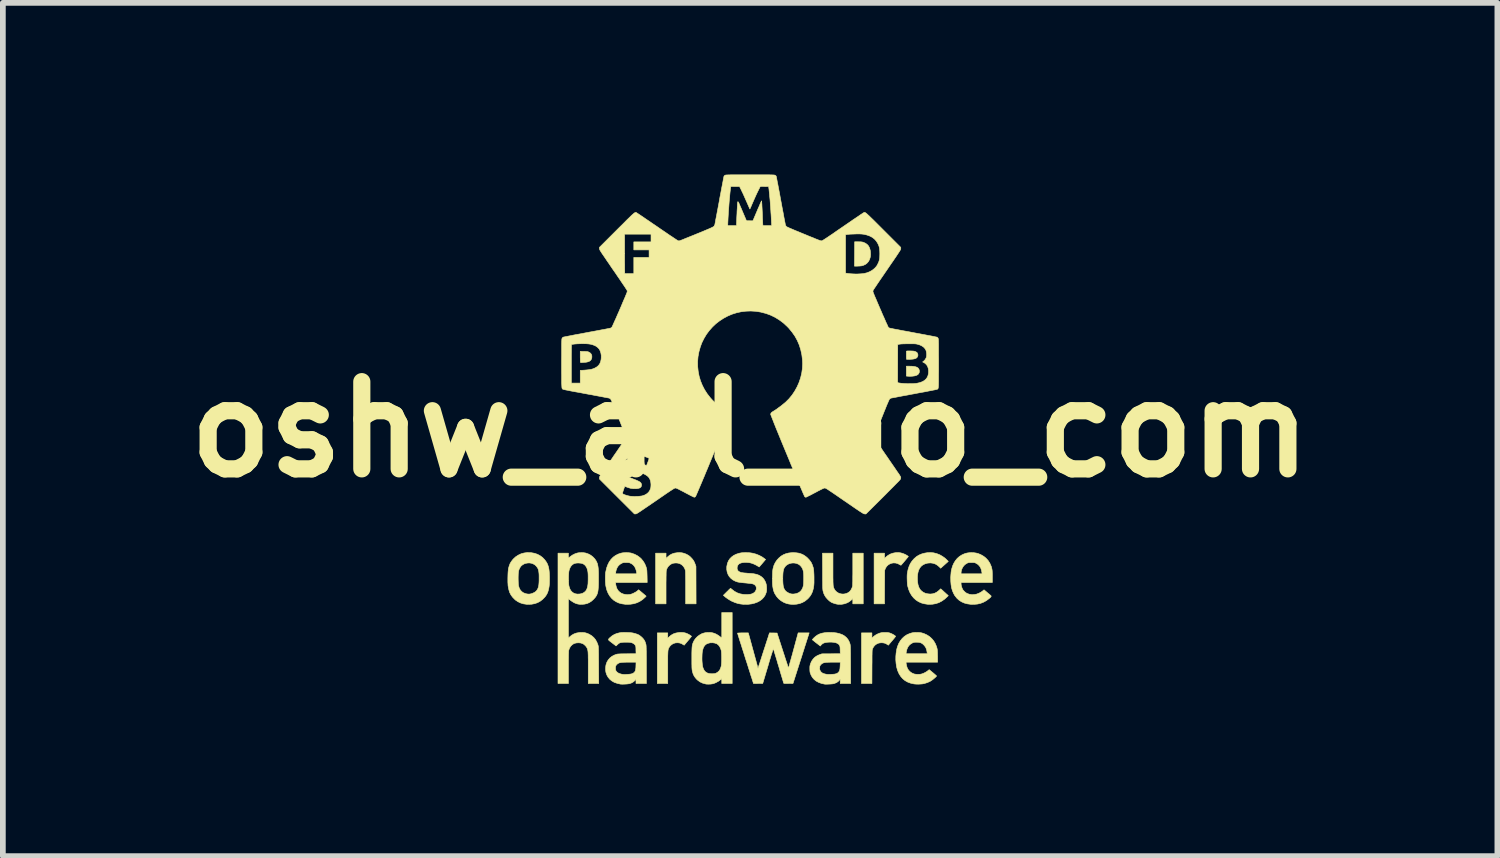
<source format=kicad_pcb>
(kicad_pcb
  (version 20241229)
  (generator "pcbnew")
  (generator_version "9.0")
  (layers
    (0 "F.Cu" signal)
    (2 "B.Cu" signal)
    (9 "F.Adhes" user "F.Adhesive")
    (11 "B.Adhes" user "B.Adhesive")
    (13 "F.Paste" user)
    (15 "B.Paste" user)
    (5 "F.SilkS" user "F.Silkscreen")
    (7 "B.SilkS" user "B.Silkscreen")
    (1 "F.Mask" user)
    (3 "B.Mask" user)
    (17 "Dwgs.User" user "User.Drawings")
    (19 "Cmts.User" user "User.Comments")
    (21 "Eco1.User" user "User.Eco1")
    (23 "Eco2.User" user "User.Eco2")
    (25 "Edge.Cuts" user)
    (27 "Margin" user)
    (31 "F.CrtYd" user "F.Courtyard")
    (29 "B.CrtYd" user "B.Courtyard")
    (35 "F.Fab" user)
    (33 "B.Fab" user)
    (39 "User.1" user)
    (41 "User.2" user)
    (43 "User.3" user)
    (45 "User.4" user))
  (footprint "oshw_all_no_com"
    (layer "F.Cu")
    (at 10.058 4.454)
    (property "Reference" "oshw_all_no_com" (at 0 0 0) (layer "F.SilkS") (effects (font (size 1.524 1.524) (thickness 0.3))))
    (attr through_hole)
    (fp_poly (pts (xy 2.782 -1.105) (xy 2.827 -1.104) (xy 2.864 -1.1) (xy 2.894 -1.094) (xy 2.918 -1.085) (xy 2.935 -1.073) (xy 2.947 -1.058) (xy 2.95 -1.054) (xy 2.958 -1.029) (xy 2.958 -1.004) (xy 2.953 -0.987) (xy 2.942 -0.969) (xy 2.928 -0.955) (xy 2.907 -0.945) (xy 2.906 -0.944) (xy 2.874 -0.935) (xy 2.836 -0.93) (xy 2.793 -0.928) (xy 2.753 -0.93) (xy 2.731 -0.932) (xy 2.731 -1.105) (xy 2.782 -1.105)) (stroke (width 0.01) (type solid)) (fill yes) (layer "F.SilkS"))
    (fp_poly (pts (xy 1.89 -3.279) (xy 1.916 -3.278) (xy 1.936 -3.278) (xy 1.951 -3.276) (xy 1.964 -3.274) (xy 1.976 -3.271) (xy 1.981 -3.269) (xy 2.017 -3.253) (xy 2.046 -3.232) (xy 2.07 -3.205) (xy 2.087 -3.172) (xy 2.099 -3.132) (xy 2.103 -3.103) (xy 2.105 -3.056) (xy 2.101 -3.013) (xy 2.089 -2.974) (xy 2.072 -2.939) (xy 2.048 -2.91) (xy 2.019 -2.886) (xy 1.984 -2.869) (xy 1.952 -2.859) (xy 1.936 -2.857) (xy 1.915 -2.855) (xy 1.891 -2.854) (xy 1.874 -2.853) (xy 1.824 -2.853) (xy 1.826 -3.066) (xy 1.827 -3.279) (xy 1.89 -3.279)) (stroke (width 0.01) (type solid)) (fill yes) (layer "F.SilkS"))
    (fp_poly (pts (xy -2.903 -1.363) (xy -2.878 -1.362) (xy -2.859 -1.361) (xy -2.846 -1.36) (xy -2.836 -1.358) (xy -2.826 -1.355) (xy -2.817 -1.35) (xy -2.814 -1.349) (xy -2.791 -1.334) (xy -2.776 -1.316) (xy -2.767 -1.294) (xy -2.765 -1.28) (xy -2.766 -1.251) (xy -2.774 -1.226) (xy -2.788 -1.206) (xy -2.81 -1.19) (xy -2.838 -1.18) (xy -2.847 -1.178) (xy -2.861 -1.175) (xy -2.879 -1.173) (xy -2.899 -1.172) (xy -2.919 -1.17) (xy -2.937 -1.169) (xy -2.952 -1.169) (xy -2.962 -1.17) (xy -2.964 -1.171) (xy -2.965 -1.176) (xy -2.966 -1.188) (xy -2.967 -1.206) (xy -2.967 -1.229) (xy -2.968 -1.255) (xy -2.968 -1.269) (xy -2.968 -1.364) (xy -2.903 -1.363)) (stroke (width 0.01) (type solid)) (fill yes) (layer "F.SilkS"))
    (fp_poly (pts (xy 2.805 -1.371) (xy 2.81 -1.371) (xy 2.834 -1.37) (xy 2.852 -1.369) (xy 2.866 -1.367) (xy 2.877 -1.364) (xy 2.887 -1.36) (xy 2.893 -1.358) (xy 2.907 -1.35) (xy 2.917 -1.343) (xy 2.923 -1.333) (xy 2.925 -1.328) (xy 2.932 -1.31) (xy 2.933 -1.294) (xy 2.928 -1.276) (xy 2.925 -1.271) (xy 2.918 -1.258) (xy 2.907 -1.248) (xy 2.893 -1.24) (xy 2.874 -1.234) (xy 2.85 -1.229) (xy 2.818 -1.226) (xy 2.797 -1.225) (xy 2.776 -1.225) (xy 2.757 -1.224) (xy 2.743 -1.225) (xy 2.735 -1.225) (xy 2.734 -1.226) (xy 2.733 -1.231) (xy 2.732 -1.243) (xy 2.731 -1.261) (xy 2.731 -1.282) (xy 2.731 -1.298) (xy 2.731 -1.367) (xy 2.741 -1.37) (xy 2.75 -1.371) (xy 2.764 -1.371) (xy 2.784 -1.371) (xy 2.805 -1.371)) (stroke (width 0.01) (type solid)) (fill yes) (layer "F.SilkS"))
    (fp_poly (pts (xy 2.625 2.156) (xy 2.653 2.163) (xy 2.683 2.173) (xy 2.712 2.186) (xy 2.738 2.2) (xy 2.754 2.211) (xy 2.766 2.221) (xy 2.758 2.232) (xy 2.748 2.243) (xy 2.736 2.258) (xy 2.721 2.276) (xy 2.705 2.295) (xy 2.689 2.314) (xy 2.674 2.332) (xy 2.66 2.348) (xy 2.648 2.361) (xy 2.641 2.369) (xy 2.638 2.373) (xy 2.632 2.372) (xy 2.622 2.367) (xy 2.611 2.361) (xy 2.578 2.344) (xy 2.543 2.335) (xy 2.508 2.333) (xy 2.474 2.338) (xy 2.442 2.35) (xy 2.413 2.368) (xy 2.388 2.392) (xy 2.368 2.422) (xy 2.362 2.437) (xy 2.352 2.462) (xy 2.35 2.755) (xy 2.349 3.048) (xy 2.167 3.048) (xy 2.167 2.163) (xy 2.349 2.163) (xy 2.349 2.254) (xy 2.372 2.232) (xy 2.408 2.203) (xy 2.449 2.179) (xy 2.494 2.163) (xy 2.541 2.154) (xy 2.589 2.152) (xy 2.625 2.156)) (stroke (width 0.01) (type solid)) (fill yes) (layer "F.SilkS"))
    (fp_poly (pts (xy -1.158 3.551) (xy -1.128 3.558) (xy -1.103 3.567) (xy -1.089 3.574) (xy -1.072 3.582) (xy -1.056 3.592) (xy -1.042 3.601) (xy -1.031 3.609) (xy -1.025 3.614) (xy -1.024 3.616) (xy -1.027 3.62) (xy -1.034 3.63) (xy -1.046 3.644) (xy -1.06 3.662) (xy -1.077 3.682) (xy -1.088 3.695) (xy -1.152 3.771) (xy -1.171 3.759) (xy -1.203 3.741) (xy -1.237 3.731) (xy -1.272 3.728) (xy -1.306 3.731) (xy -1.339 3.741) (xy -1.368 3.758) (xy -1.394 3.78) (xy -1.414 3.808) (xy -1.418 3.814) (xy -1.422 3.822) (xy -1.426 3.83) (xy -1.429 3.839) (xy -1.431 3.848) (xy -1.433 3.859) (xy -1.435 3.872) (xy -1.436 3.888) (xy -1.437 3.908) (xy -1.438 3.932) (xy -1.439 3.961) (xy -1.439 3.996) (xy -1.439 4.037) (xy -1.439 4.085) (xy -1.439 4.14) (xy -1.439 4.162) (xy -1.439 4.441) (xy -1.621 4.441) (xy -1.621 3.556) (xy -1.439 3.556) (xy -1.439 3.648) (xy -1.416 3.626) (xy -1.38 3.596) (xy -1.34 3.573) (xy -1.296 3.558) (xy -1.248 3.55) (xy -1.229 3.548) (xy -1.191 3.548) (xy -1.158 3.551)) (stroke (width 0.01) (type solid)) (fill yes) (layer "F.SilkS"))
    (fp_poly (pts (xy -1.208 2.154) (xy -1.178 2.159) (xy -1.149 2.167) (xy -1.118 2.179) (xy -1.105 2.186) (xy -1.086 2.196) (xy -1.069 2.207) (xy -1.052 2.22) (xy -1.033 2.239) (xy -1.033 2.239) (xy -1.007 2.267) (xy -0.987 2.295) (xy -0.971 2.326) (xy -0.957 2.363) (xy -0.956 2.364) (xy -0.946 2.394) (xy -0.945 2.721) (xy -0.944 3.048) (xy -1.126 3.048) (xy -1.126 2.765) (xy -1.126 2.707) (xy -1.126 2.653) (xy -1.127 2.605) (xy -1.127 2.564) (xy -1.128 2.529) (xy -1.128 2.501) (xy -1.129 2.48) (xy -1.13 2.468) (xy -1.131 2.464) (xy -1.142 2.431) (xy -1.16 2.401) (xy -1.184 2.374) (xy -1.209 2.356) (xy -1.239 2.342) (xy -1.273 2.335) (xy -1.309 2.334) (xy -1.345 2.339) (xy -1.364 2.345) (xy -1.392 2.36) (xy -1.418 2.382) (xy -1.44 2.408) (xy -1.456 2.439) (xy -1.464 2.464) (xy -1.465 2.472) (xy -1.466 2.489) (xy -1.467 2.513) (xy -1.467 2.544) (xy -1.468 2.582) (xy -1.468 2.626) (xy -1.469 2.676) (xy -1.469 2.732) (xy -1.469 2.765) (xy -1.469 3.048) (xy -1.651 3.048) (xy -1.651 2.163) (xy -1.469 2.163) (xy -1.469 2.253) (xy -1.439 2.226) (xy -1.404 2.197) (xy -1.365 2.176) (xy -1.322 2.162) (xy -1.276 2.155) (xy -1.242 2.153) (xy -1.208 2.154)) (stroke (width 0.01) (type solid)) (fill yes) (layer "F.SilkS"))
    (fp_poly (pts (xy 2.383 3.55) (xy 2.402 3.55) (xy 2.416 3.552) (xy 2.428 3.554) (xy 2.44 3.557) (xy 2.45 3.561) (xy 2.468 3.568) (xy 2.487 3.577) (xy 2.505 3.587) (xy 2.521 3.597) (xy 2.534 3.606) (xy 2.541 3.614) (xy 2.543 3.618) (xy 2.539 3.622) (xy 2.531 3.633) (xy 2.52 3.647) (xy 2.505 3.665) (xy 2.488 3.686) (xy 2.478 3.697) (xy 2.416 3.771) (xy 2.397 3.758) (xy 2.37 3.742) (xy 2.343 3.733) (xy 2.313 3.729) (xy 2.299 3.728) (xy 2.272 3.73) (xy 2.249 3.734) (xy 2.242 3.736) (xy 2.209 3.751) (xy 2.18 3.773) (xy 2.157 3.801) (xy 2.141 3.831) (xy 2.139 3.836) (xy 2.138 3.84) (xy 2.136 3.846) (xy 2.135 3.852) (xy 2.134 3.861) (xy 2.133 3.871) (xy 2.133 3.885) (xy 2.132 3.903) (xy 2.132 3.926) (xy 2.131 3.953) (xy 2.131 3.986) (xy 2.131 4.025) (xy 2.131 4.072) (xy 2.13 4.125) (xy 2.13 4.148) (xy 2.129 4.441) (xy 1.947 4.441) (xy 1.947 3.556) (xy 2.129 3.556) (xy 2.129 3.649) (xy 2.145 3.632) (xy 2.167 3.612) (xy 2.194 3.593) (xy 2.225 3.576) (xy 2.257 3.563) (xy 2.259 3.562) (xy 2.275 3.557) (xy 2.288 3.554) (xy 2.301 3.551) (xy 2.316 3.55) (xy 2.336 3.55) (xy 2.358 3.55) (xy 2.383 3.55)) (stroke (width 0.01) (type solid)) (fill yes) (layer "F.SilkS"))
    (fp_poly (pts (xy 1.448 2.437) (xy 1.448 2.496) (xy 1.448 2.547) (xy 1.448 2.59) (xy 1.449 2.627) (xy 1.449 2.658) (xy 1.45 2.685) (xy 1.451 2.706) (xy 1.452 2.724) (xy 1.454 2.739) (xy 1.456 2.751) (xy 1.459 2.761) (xy 1.462 2.77) (xy 1.466 2.778) (xy 1.47 2.787) (xy 1.47 2.789) (xy 1.49 2.818) (xy 1.514 2.841) (xy 1.543 2.859) (xy 1.575 2.871) (xy 1.609 2.877) (xy 1.643 2.876) (xy 1.677 2.869) (xy 1.71 2.855) (xy 1.739 2.835) (xy 1.753 2.819) (xy 1.767 2.797) (xy 1.779 2.773) (xy 1.788 2.748) (xy 1.791 2.735) (xy 1.792 2.726) (xy 1.792 2.71) (xy 1.793 2.685) (xy 1.794 2.654) (xy 1.794 2.617) (xy 1.794 2.574) (xy 1.795 2.526) (xy 1.795 2.473) (xy 1.795 2.438) (xy 1.795 2.163) (xy 1.977 2.163) (xy 1.977 3.048) (xy 1.795 3.048) (xy 1.795 2.953) (xy 1.784 2.966) (xy 1.771 2.98) (xy 1.753 2.995) (xy 1.732 3.01) (xy 1.71 3.024) (xy 1.695 3.031) (xy 1.651 3.047) (xy 1.603 3.056) (xy 1.552 3.057) (xy 1.535 3.056) (xy 1.506 3.051) (xy 1.474 3.042) (xy 1.442 3.031) (xy 1.414 3.018) (xy 1.414 3.017) (xy 1.401 3.009) (xy 1.385 2.996) (xy 1.368 2.981) (xy 1.355 2.968) (xy 1.327 2.937) (xy 1.306 2.905) (xy 1.289 2.87) (xy 1.278 2.834) (xy 1.276 2.828) (xy 1.274 2.821) (xy 1.273 2.814) (xy 1.272 2.806) (xy 1.271 2.797) (xy 1.27 2.785) (xy 1.269 2.77) (xy 1.269 2.751) (xy 1.268 2.728) (xy 1.268 2.7) (xy 1.268 2.667) (xy 1.267 2.627) (xy 1.267 2.581) (xy 1.267 2.527) (xy 1.267 2.482) (xy 1.265 2.163) (xy 1.448 2.163) (xy 1.448 2.437)) (stroke (width 0.01) (type solid)) (fill yes) (layer "F.SilkS"))
    (fp_poly (pts (xy 3.208 2.157) (xy 3.263 2.171) (xy 3.316 2.192) (xy 3.366 2.221) (xy 3.414 2.257) (xy 3.439 2.281) (xy 3.464 2.306) (xy 3.397 2.366) (xy 3.33 2.426) (xy 3.309 2.404) (xy 3.274 2.374) (xy 3.237 2.352) (xy 3.197 2.339) (xy 3.155 2.333) (xy 3.11 2.336) (xy 3.096 2.338) (xy 3.055 2.35) (xy 3.019 2.368) (xy 2.989 2.392) (xy 2.965 2.422) (xy 2.946 2.459) (xy 2.936 2.491) (xy 2.928 2.531) (xy 2.924 2.576) (xy 2.924 2.622) (xy 2.927 2.668) (xy 2.934 2.709) (xy 2.936 2.719) (xy 2.95 2.76) (xy 2.97 2.796) (xy 2.996 2.824) (xy 3.027 2.847) (xy 3.064 2.864) (xy 3.104 2.873) (xy 3.148 2.877) (xy 3.19 2.873) (xy 3.23 2.861) (xy 3.267 2.841) (xy 3.302 2.813) (xy 3.331 2.785) (xy 3.377 2.826) (xy 3.395 2.843) (xy 3.413 2.859) (xy 3.429 2.874) (xy 3.441 2.885) (xy 3.443 2.886) (xy 3.464 2.905) (xy 3.445 2.924) (xy 3.399 2.966) (xy 3.35 3) (xy 3.299 3.027) (xy 3.244 3.045) (xy 3.187 3.055) (xy 3.127 3.057) (xy 3.103 3.056) (xy 3.044 3.047) (xy 2.99 3.032) (xy 2.941 3.009) (xy 2.896 2.979) (xy 2.857 2.943) (xy 2.823 2.901) (xy 2.794 2.852) (xy 2.771 2.797) (xy 2.754 2.737) (xy 2.75 2.718) (xy 2.748 2.693) (xy 2.746 2.663) (xy 2.745 2.631) (xy 2.744 2.598) (xy 2.744 2.567) (xy 2.745 2.54) (xy 2.747 2.518) (xy 2.747 2.518) (xy 2.759 2.455) (xy 2.777 2.397) (xy 2.8 2.345) (xy 2.831 2.299) (xy 2.867 2.258) (xy 2.87 2.255) (xy 2.909 2.222) (xy 2.952 2.196) (xy 2.999 2.176) (xy 3.051 2.162) (xy 3.094 2.155) (xy 3.151 2.152) (xy 3.208 2.157)) (stroke (width 0.01) (type solid)) (fill yes) (layer "F.SilkS"))
    (fp_poly (pts (xy -0.313 4.441) (xy -0.495 4.441) (xy -0.495 4.355) (xy -0.511 4.37) (xy -0.553 4.401) (xy -0.599 4.426) (xy -0.637 4.441) (xy -0.664 4.447) (xy -0.696 4.451) (xy -0.73 4.452) (xy -0.761 4.451) (xy -0.783 4.447) (xy -0.832 4.433) (xy -0.876 4.412) (xy -0.915 4.383) (xy -0.933 4.367) (xy -0.959 4.337) (xy -0.979 4.307) (xy -0.995 4.274) (xy -1.006 4.237) (xy -1.011 4.218) (xy -1.012 4.208) (xy -1.014 4.197) (xy -1.015 4.185) (xy -1.016 4.17) (xy -1.017 4.152) (xy -1.017 4.13) (xy -1.018 4.102) (xy -1.018 4.069) (xy -1.018 4.028) (xy -1.018 4.007) (xy -0.841 4.007) (xy -0.84 4.047) (xy -0.837 4.084) (xy -0.834 4.117) (xy -0.829 4.144) (xy -0.828 4.15) (xy -0.815 4.186) (xy -0.799 4.216) (xy -0.777 4.239) (xy -0.751 4.255) (xy -0.719 4.266) (xy -0.682 4.27) (xy -0.658 4.27) (xy -0.636 4.269) (xy -0.619 4.267) (xy -0.605 4.263) (xy -0.592 4.258) (xy -0.566 4.242) (xy -0.544 4.222) (xy -0.526 4.197) (xy -0.513 4.165) (xy -0.505 4.138) (xy -0.502 4.122) (xy -0.5 4.099) (xy -0.498 4.07) (xy -0.497 4.039) (xy -0.497 4.005) (xy -0.497 3.971) (xy -0.498 3.938) (xy -0.499 3.909) (xy -0.501 3.884) (xy -0.504 3.865) (xy -0.505 3.86) (xy -0.518 3.822) (xy -0.535 3.79) (xy -0.556 3.765) (xy -0.58 3.747) (xy -0.589 3.743) (xy -0.62 3.733) (xy -0.656 3.728) (xy -0.692 3.729) (xy -0.698 3.729) (xy -0.734 3.738) (xy -0.764 3.751) (xy -0.788 3.771) (xy -0.808 3.798) (xy -0.822 3.831) (xy -0.831 3.865) (xy -0.836 3.894) (xy -0.839 3.929) (xy -0.84 3.967) (xy -0.841 4.007) (xy -1.018 4.007) (xy -1.018 3.998) (xy -1.018 3.949) (xy -1.018 3.908) (xy -1.017 3.873) (xy -1.016 3.844) (xy -1.015 3.819) (xy -1.013 3.799) (xy -1.011 3.782) (xy -1.008 3.766) (xy -1.005 3.752) (xy -1 3.739) (xy -0.995 3.725) (xy -0.977 3.688) (xy -0.952 3.653) (xy -0.921 3.621) (xy -0.885 3.594) (xy -0.847 3.572) (xy -0.82 3.562) (xy -0.785 3.553) (xy -0.747 3.549) (xy -0.709 3.548) (xy -0.673 3.551) (xy -0.65 3.556) (xy -0.618 3.566) (xy -0.588 3.58) (xy -0.558 3.598) (xy -0.531 3.617) (xy -0.495 3.645) (xy -0.495 3.2) (xy -0.313 3.2) (xy -0.313 4.441)) (stroke (width 0.01) (type solid)) (fill yes) (layer "F.SilkS"))
    (fp_poly (pts (xy -2.121 2.155) (xy -2.088 2.159) (xy -2.072 2.163) (xy -2.02 2.181) (xy -1.971 2.206) (xy -1.927 2.238) (xy -1.902 2.261) (xy -1.868 2.303) (xy -1.841 2.347) (xy -1.82 2.397) (xy -1.811 2.426) (xy -1.808 2.439) (xy -1.806 2.452) (xy -1.804 2.467) (xy -1.803 2.484) (xy -1.802 2.507) (xy -1.801 2.535) (xy -1.8 2.569) (xy -1.798 2.675) (xy -2.349 2.675) (xy -2.349 2.689) (xy -2.348 2.708) (xy -2.343 2.732) (xy -2.337 2.755) (xy -2.329 2.777) (xy -2.326 2.784) (xy -2.306 2.816) (xy -2.279 2.843) (xy -2.248 2.864) (xy -2.211 2.878) (xy -2.169 2.886) (xy -2.14 2.887) (xy -2.12 2.886) (xy -2.099 2.884) (xy -2.085 2.881) (xy -2.058 2.872) (xy -2.03 2.859) (xy -2.002 2.844) (xy -1.978 2.829) (xy -1.97 2.822) (xy -1.948 2.802) (xy -1.882 2.858) (xy -1.816 2.914) (xy -1.836 2.935) (xy -1.88 2.974) (xy -1.927 3.005) (xy -1.977 3.029) (xy -2.032 3.046) (xy -2.091 3.055) (xy -2.154 3.057) (xy -2.18 3.056) (xy -2.238 3.048) (xy -2.292 3.034) (xy -2.34 3.012) (xy -2.384 2.984) (xy -2.422 2.949) (xy -2.455 2.908) (xy -2.482 2.861) (xy -2.503 2.809) (xy -2.506 2.799) (xy -2.514 2.767) (xy -2.521 2.736) (xy -2.525 2.703) (xy -2.528 2.667) (xy -2.529 2.625) (xy -2.529 2.608) (xy -2.529 2.571) (xy -2.528 2.541) (xy -2.526 2.523) (xy -2.349 2.523) (xy -1.98 2.523) (xy -1.983 2.499) (xy -1.992 2.458) (xy -2.006 2.421) (xy -2.019 2.397) (xy -2.036 2.376) (xy -2.053 2.359) (xy -2.076 2.345) (xy -2.09 2.338) (xy -2.102 2.333) (xy -2.112 2.329) (xy -2.123 2.327) (xy -2.138 2.327) (xy -2.158 2.326) (xy -2.165 2.326) (xy -2.187 2.326) (xy -2.203 2.327) (xy -2.215 2.329) (xy -2.225 2.331) (xy -2.236 2.336) (xy -2.245 2.34) (xy -2.277 2.36) (xy -2.304 2.386) (xy -2.324 2.417) (xy -2.333 2.439) (xy -2.341 2.463) (xy -2.347 2.487) (xy -2.349 2.508) (xy -2.349 2.511) (xy -2.349 2.523) (xy -2.526 2.523) (xy -2.526 2.516) (xy -2.523 2.493) (xy -2.521 2.483) (xy -2.507 2.421) (xy -2.486 2.364) (xy -2.461 2.314) (xy -2.43 2.271) (xy -2.393 2.233) (xy -2.352 2.203) (xy -2.305 2.179) (xy -2.258 2.163) (xy -2.229 2.157) (xy -2.195 2.154) (xy -2.158 2.153) (xy -2.121 2.155)) (stroke (width 0.01) (type solid)) (fill yes) (layer "F.SilkS"))
    (fp_poly (pts (xy -3.84 2.153) (xy -3.821 2.155) (xy -3.766 2.165) (xy -3.714 2.183) (xy -3.668 2.208) (xy -3.626 2.239) (xy -3.589 2.278) (xy -3.575 2.297) (xy -3.557 2.323) (xy -3.543 2.349) (xy -3.532 2.377) (xy -3.523 2.406) (xy -3.516 2.44) (xy -3.511 2.478) (xy -3.508 2.522) (xy -3.506 2.573) (xy -3.506 2.634) (xy -3.507 2.689) (xy -3.511 2.737) (xy -3.518 2.779) (xy -3.527 2.816) (xy -3.538 2.85) (xy -3.553 2.881) (xy -3.571 2.909) (xy -3.589 2.932) (xy -3.627 2.971) (xy -3.669 3.003) (xy -3.715 3.028) (xy -3.765 3.045) (xy -3.819 3.055) (xy -3.877 3.057) (xy -3.907 3.056) (xy -3.962 3.048) (xy -4.011 3.033) (xy -4.057 3.011) (xy -4.1 2.982) (xy -4.116 2.967) (xy -4.15 2.932) (xy -4.178 2.894) (xy -4.2 2.852) (xy -4.215 2.805) (xy -4.226 2.753) (xy -4.23 2.726) (xy -4.231 2.7) (xy -4.233 2.67) (xy -4.233 2.635) (xy -4.233 2.614) (xy -4.053 2.614) (xy -4.052 2.647) (xy -4.051 2.678) (xy -4.05 2.705) (xy -4.047 2.726) (xy -4.046 2.733) (xy -4.034 2.773) (xy -4.016 2.806) (xy -3.992 2.833) (xy -3.963 2.854) (xy -3.931 2.867) (xy -3.901 2.875) (xy -3.875 2.878) (xy -3.849 2.877) (xy -3.835 2.874) (xy -3.811 2.868) (xy -3.786 2.857) (xy -3.763 2.845) (xy -3.744 2.831) (xy -3.736 2.823) (xy -3.722 2.805) (xy -3.711 2.786) (xy -3.703 2.766) (xy -3.696 2.743) (xy -3.692 2.716) (xy -3.689 2.683) (xy -3.687 2.644) (xy -3.687 2.606) (xy -3.687 2.564) (xy -3.688 2.529) (xy -3.691 2.5) (xy -3.694 2.476) (xy -3.699 2.456) (xy -3.705 2.437) (xy -3.714 2.42) (xy -3.734 2.392) (xy -3.759 2.368) (xy -3.79 2.35) (xy -3.824 2.338) (xy -3.861 2.333) (xy -3.898 2.336) (xy -3.937 2.345) (xy -3.97 2.362) (xy -3.999 2.384) (xy -4.021 2.414) (xy -4.038 2.449) (xy -4.046 2.477) (xy -4.048 2.495) (xy -4.051 2.519) (xy -4.052 2.549) (xy -4.053 2.581) (xy -4.053 2.614) (xy -4.233 2.614) (xy -4.233 2.598) (xy -4.232 2.561) (xy -4.231 2.525) (xy -4.229 2.491) (xy -4.226 2.462) (xy -4.224 2.438) (xy -4.222 2.428) (xy -4.209 2.383) (xy -4.194 2.344) (xy -4.173 2.309) (xy -4.146 2.274) (xy -4.136 2.263) (xy -4.096 2.226) (xy -4.051 2.197) (xy -4.003 2.174) (xy -3.952 2.16) (xy -3.897 2.152) (xy -3.84 2.153)) (stroke (width 0.01) (type solid)) (fill yes) (layer "F.SilkS"))
    (fp_poly (pts (xy 3.913 2.155) (xy 3.953 2.161) (xy 3.992 2.172) (xy 4.03 2.188) (xy 4.036 2.191) (xy 4.084 2.219) (xy 4.125 2.253) (xy 4.161 2.293) (xy 4.19 2.339) (xy 4.212 2.389) (xy 4.216 2.4) (xy 4.221 2.419) (xy 4.225 2.436) (xy 4.229 2.455) (xy 4.231 2.476) (xy 4.232 2.5) (xy 4.233 2.53) (xy 4.233 2.566) (xy 4.233 2.577) (xy 4.233 2.675) (xy 3.687 2.675) (xy 3.687 2.698) (xy 3.689 2.72) (xy 3.695 2.746) (xy 3.704 2.772) (xy 3.714 2.794) (xy 3.715 2.797) (xy 3.728 2.814) (xy 3.746 2.833) (xy 3.765 2.85) (xy 3.784 2.862) (xy 3.789 2.865) (xy 3.829 2.88) (xy 3.872 2.887) (xy 3.915 2.886) (xy 3.959 2.878) (xy 4.001 2.862) (xy 4.042 2.839) (xy 4.063 2.824) (xy 4.088 2.803) (xy 4.141 2.848) (xy 4.159 2.864) (xy 4.177 2.878) (xy 4.191 2.891) (xy 4.202 2.899) (xy 4.205 2.902) (xy 4.211 2.909) (xy 4.213 2.915) (xy 4.211 2.921) (xy 4.205 2.93) (xy 4.192 2.943) (xy 4.175 2.957) (xy 4.129 2.992) (xy 4.08 3.019) (xy 4.029 3.039) (xy 3.974 3.052) (xy 3.915 3.057) (xy 3.852 3.056) (xy 3.795 3.048) (xy 3.743 3.034) (xy 3.694 3.012) (xy 3.651 2.984) (xy 3.613 2.949) (xy 3.581 2.908) (xy 3.579 2.907) (xy 3.555 2.864) (xy 3.536 2.819) (xy 3.521 2.769) (xy 3.512 2.715) (xy 3.507 2.655) (xy 3.506 2.588) (xy 3.506 2.582) (xy 3.509 2.537) (xy 3.512 2.505) (xy 3.687 2.505) (xy 3.687 2.523) (xy 4.054 2.523) (xy 4.051 2.499) (xy 4.042 2.455) (xy 4.028 2.417) (xy 4.007 2.385) (xy 3.981 2.359) (xy 3.95 2.34) (xy 3.938 2.334) (xy 3.928 2.33) (xy 3.918 2.328) (xy 3.905 2.327) (xy 3.889 2.326) (xy 3.869 2.326) (xy 3.847 2.326) (xy 3.831 2.327) (xy 3.819 2.328) (xy 3.809 2.331) (xy 3.799 2.335) (xy 3.788 2.34) (xy 3.759 2.359) (xy 3.733 2.384) (xy 3.713 2.414) (xy 3.697 2.448) (xy 3.689 2.483) (xy 3.687 2.505) (xy 3.512 2.505) (xy 3.512 2.497) (xy 3.518 2.461) (xy 3.526 2.428) (xy 3.537 2.394) (xy 3.539 2.386) (xy 3.561 2.337) (xy 3.589 2.292) (xy 3.621 2.253) (xy 3.659 2.22) (xy 3.7 2.194) (xy 3.704 2.192) (xy 3.739 2.176) (xy 3.771 2.165) (xy 3.804 2.158) (xy 3.84 2.154) (xy 3.867 2.153) (xy 3.913 2.155)) (stroke (width 0.01) (type solid)) (fill yes) (layer "F.SilkS"))
    (fp_poly (pts (xy 0.807 2.156) (xy 0.854 2.163) (xy 0.897 2.177) (xy 0.937 2.196) (xy 0.975 2.222) (xy 1.004 2.247) (xy 1.038 2.284) (xy 1.066 2.322) (xy 1.086 2.364) (xy 1.102 2.411) (xy 1.106 2.428) (xy 1.109 2.447) (xy 1.112 2.473) (xy 1.114 2.504) (xy 1.116 2.539) (xy 1.117 2.576) (xy 1.117 2.613) (xy 1.117 2.649) (xy 1.117 2.682) (xy 1.115 2.711) (xy 1.114 2.726) (xy 1.105 2.781) (xy 1.092 2.83) (xy 1.073 2.874) (xy 1.048 2.914) (xy 1.017 2.951) (xy 1 2.967) (xy 0.959 3) (xy 0.914 3.025) (xy 0.866 3.043) (xy 0.813 3.054) (xy 0.756 3.058) (xy 0.715 3.056) (xy 0.675 3.051) (xy 0.638 3.042) (xy 0.601 3.028) (xy 0.586 3.021) (xy 0.541 2.994) (xy 0.5 2.961) (xy 0.466 2.923) (xy 0.438 2.88) (xy 0.431 2.868) (xy 0.419 2.841) (xy 0.409 2.812) (xy 0.402 2.78) (xy 0.396 2.746) (xy 0.392 2.707) (xy 0.39 2.662) (xy 0.39 2.611) (xy 0.39 2.603) (xy 0.571 2.603) (xy 0.571 2.607) (xy 0.572 2.652) (xy 0.574 2.689) (xy 0.577 2.72) (xy 0.581 2.747) (xy 0.588 2.769) (xy 0.596 2.788) (xy 0.607 2.806) (xy 0.62 2.823) (xy 0.635 2.836) (xy 0.655 2.849) (xy 0.678 2.861) (xy 0.701 2.87) (xy 0.715 2.874) (xy 0.739 2.877) (xy 0.766 2.876) (xy 0.794 2.872) (xy 0.818 2.866) (xy 0.852 2.851) (xy 0.881 2.829) (xy 0.903 2.801) (xy 0.92 2.768) (xy 0.93 2.733) (xy 0.933 2.716) (xy 0.935 2.691) (xy 0.936 2.662) (xy 0.937 2.63) (xy 0.937 2.597) (xy 0.937 2.563) (xy 0.936 2.533) (xy 0.934 2.506) (xy 0.931 2.485) (xy 0.93 2.477) (xy 0.918 2.438) (xy 0.899 2.405) (xy 0.875 2.377) (xy 0.846 2.356) (xy 0.811 2.342) (xy 0.783 2.336) (xy 0.748 2.334) (xy 0.713 2.338) (xy 0.68 2.348) (xy 0.65 2.363) (xy 0.626 2.382) (xy 0.623 2.385) (xy 0.609 2.402) (xy 0.597 2.42) (xy 0.588 2.439) (xy 0.582 2.462) (xy 0.577 2.488) (xy 0.574 2.52) (xy 0.572 2.558) (xy 0.571 2.603) (xy 0.39 2.603) (xy 0.391 2.573) (xy 0.392 2.537) (xy 0.393 2.508) (xy 0.394 2.484) (xy 0.396 2.464) (xy 0.398 2.447) (xy 0.401 2.431) (xy 0.402 2.428) (xy 0.417 2.375) (xy 0.44 2.327) (xy 0.47 2.283) (xy 0.502 2.248) (xy 0.541 2.215) (xy 0.582 2.19) (xy 0.626 2.172) (xy 0.673 2.16) (xy 0.726 2.154) (xy 0.754 2.153) (xy 0.807 2.156)) (stroke (width 0.01) (type solid)) (fill yes) (layer "F.SilkS"))
    (fp_poly (pts (xy 2.965 3.55) (xy 2.996 3.555) (xy 3.027 3.564) (xy 3.041 3.569) (xy 3.091 3.592) (xy 3.136 3.621) (xy 3.175 3.656) (xy 3.209 3.697) (xy 3.237 3.744) (xy 3.258 3.795) (xy 3.264 3.816) (xy 3.267 3.828) (xy 3.27 3.84) (xy 3.271 3.853) (xy 3.273 3.869) (xy 3.274 3.889) (xy 3.275 3.914) (xy 3.275 3.946) (xy 3.276 3.959) (xy 3.277 4.068) (xy 2.726 4.068) (xy 2.726 4.078) (xy 2.728 4.097) (xy 2.733 4.121) (xy 2.739 4.145) (xy 2.746 4.166) (xy 2.75 4.177) (xy 2.769 4.207) (xy 2.795 4.234) (xy 2.826 4.256) (xy 2.86 4.271) (xy 2.877 4.276) (xy 2.901 4.279) (xy 2.929 4.281) (xy 2.958 4.28) (xy 2.984 4.277) (xy 2.996 4.274) (xy 3.029 4.263) (xy 3.063 4.246) (xy 3.094 4.227) (xy 3.104 4.219) (xy 3.116 4.209) (xy 3.125 4.202) (xy 3.13 4.199) (xy 3.131 4.199) (xy 3.134 4.202) (xy 3.143 4.209) (xy 3.156 4.22) (xy 3.172 4.233) (xy 3.189 4.247) (xy 3.207 4.262) (xy 3.223 4.276) (xy 3.238 4.289) (xy 3.249 4.299) (xy 3.255 4.304) (xy 3.258 4.308) (xy 3.257 4.312) (xy 3.252 4.319) (xy 3.242 4.328) (xy 3.232 4.338) (xy 3.189 4.374) (xy 3.145 4.403) (xy 3.098 4.424) (xy 3.047 4.44) (xy 3.033 4.443) (xy 3.007 4.448) (xy 2.975 4.45) (xy 2.94 4.452) (xy 2.906 4.451) (xy 2.875 4.449) (xy 2.861 4.447) (xy 2.804 4.434) (xy 2.753 4.415) (xy 2.707 4.389) (xy 2.667 4.356) (xy 2.633 4.317) (xy 2.604 4.272) (xy 2.581 4.221) (xy 2.575 4.204) (xy 2.56 4.149) (xy 2.551 4.089) (xy 2.546 4.026) (xy 2.547 3.963) (xy 2.551 3.92) (xy 2.725 3.92) (xy 3.096 3.92) (xy 3.093 3.894) (xy 3.085 3.852) (xy 3.072 3.816) (xy 3.051 3.784) (xy 3.03 3.761) (xy 3.01 3.744) (xy 2.989 3.732) (xy 2.966 3.724) (xy 2.94 3.72) (xy 2.91 3.719) (xy 2.889 3.719) (xy 2.874 3.72) (xy 2.863 3.722) (xy 2.852 3.725) (xy 2.839 3.731) (xy 2.836 3.732) (xy 2.803 3.752) (xy 2.775 3.778) (xy 2.754 3.81) (xy 2.739 3.847) (xy 2.729 3.891) (xy 2.728 3.898) (xy 2.725 3.92) (xy 2.551 3.92) (xy 2.553 3.901) (xy 2.563 3.841) (xy 2.576 3.794) (xy 2.598 3.74) (xy 2.626 3.693) (xy 2.659 3.652) (xy 2.697 3.617) (xy 2.741 3.588) (xy 2.79 3.567) (xy 2.799 3.564) (xy 2.819 3.558) (xy 2.836 3.554) (xy 2.854 3.551) (xy 2.876 3.549) (xy 2.893 3.549) (xy 2.932 3.548) (xy 2.965 3.55)) (stroke (width 0.01) (type solid)) (fill yes) (layer "F.SilkS"))
    (fp_poly (pts (xy -0.04 2.154) (xy -0.003 2.156) (xy 0.03 2.161) (xy 0.042 2.163) (xy 0.103 2.179) (xy 0.16 2.202) (xy 0.212 2.23) (xy 0.247 2.255) (xy 0.271 2.273) (xy 0.215 2.339) (xy 0.159 2.404) (xy 0.148 2.397) (xy 0.11 2.374) (xy 0.069 2.354) (xy 0.035 2.341) (xy 0.015 2.335) (xy -0.002 2.331) (xy -0.019 2.328) (xy -0.039 2.326) (xy -0.061 2.325) (xy -0.104 2.325) (xy -0.14 2.329) (xy -0.17 2.338) (xy -0.193 2.35) (xy -0.21 2.367) (xy -0.221 2.389) (xy -0.225 2.403) (xy -0.227 2.429) (xy -0.222 2.452) (xy -0.21 2.472) (xy -0.19 2.487) (xy -0.162 2.499) (xy -0.155 2.501) (xy -0.145 2.503) (xy -0.129 2.505) (xy -0.107 2.508) (xy -0.082 2.51) (xy -0.055 2.512) (xy -0.051 2.513) (xy -0.022 2.515) (xy 0.005 2.517) (xy 0.03 2.519) (xy 0.051 2.521) (xy 0.065 2.523) (xy 0.066 2.523) (xy 0.114 2.533) (xy 0.157 2.549) (xy 0.195 2.572) (xy 0.227 2.6) (xy 0.252 2.634) (xy 0.272 2.674) (xy 0.282 2.708) (xy 0.287 2.738) (xy 0.289 2.772) (xy 0.289 2.805) (xy 0.285 2.836) (xy 0.28 2.855) (xy 0.263 2.897) (xy 0.239 2.934) (xy 0.208 2.967) (xy 0.171 2.995) (xy 0.128 3.018) (xy 0.08 3.036) (xy 0.027 3.049) (xy -0.03 3.056) (xy -0.091 3.057) (xy -0.123 3.056) (xy -0.173 3.05) (xy -0.22 3.04) (xy -0.266 3.025) (xy -0.314 3.004) (xy -0.32 3.002) (xy -0.354 2.983) (xy -0.389 2.961) (xy -0.423 2.937) (xy -0.449 2.915) (xy -0.467 2.899) (xy -0.406 2.838) (xy -0.387 2.82) (xy -0.371 2.803) (xy -0.357 2.79) (xy -0.347 2.781) (xy -0.342 2.777) (xy -0.341 2.777) (xy -0.337 2.78) (xy -0.328 2.787) (xy -0.317 2.796) (xy -0.274 2.829) (xy -0.227 2.855) (xy -0.176 2.873) (xy -0.122 2.883) (xy -0.064 2.886) (xy -0.051 2.886) (xy -0.015 2.883) (xy 0.014 2.879) (xy 0.038 2.871) (xy 0.059 2.86) (xy 0.067 2.855) (xy 0.087 2.837) (xy 0.1 2.815) (xy 0.108 2.793) (xy 0.109 2.769) (xy 0.105 2.748) (xy 0.094 2.728) (xy 0.077 2.713) (xy 0.073 2.711) (xy 0.064 2.706) (xy 0.055 2.702) (xy 0.044 2.699) (xy 0.03 2.696) (xy 0.013 2.693) (xy -0.01 2.691) (xy -0.038 2.688) (xy -0.074 2.684) (xy -0.08 2.684) (xy -0.111 2.681) (xy -0.141 2.678) (xy -0.169 2.674) (xy -0.192 2.671) (xy -0.209 2.668) (xy -0.216 2.667) (xy -0.261 2.651) (xy -0.302 2.629) (xy -0.336 2.602) (xy -0.365 2.57) (xy -0.386 2.533) (xy -0.401 2.492) (xy -0.408 2.448) (xy -0.408 2.402) (xy -0.406 2.388) (xy -0.396 2.341) (xy -0.379 2.299) (xy -0.355 2.262) (xy -0.324 2.23) (xy -0.287 2.203) (xy -0.243 2.181) (xy -0.193 2.165) (xy -0.176 2.161) (xy -0.148 2.156) (xy -0.115 2.154) (xy -0.078 2.153) (xy -0.04 2.154)) (stroke (width 0.01) (type solid)) (fill yes) (layer "F.SilkS"))
    (fp_poly (pts (xy 0.405 3.557) (xy 0.471 3.558) (xy 0.569 3.861) (xy 0.585 3.91) (xy 0.6 3.956) (xy 0.614 4) (xy 0.627 4.04) (xy 0.639 4.075) (xy 0.649 4.106) (xy 0.657 4.132) (xy 0.663 4.151) (xy 0.668 4.164) (xy 0.669 4.169) (xy 0.669 4.169) (xy 0.671 4.166) (xy 0.674 4.156) (xy 0.68 4.138) (xy 0.687 4.114) (xy 0.695 4.085) (xy 0.705 4.05) (xy 0.716 4.011) (xy 0.728 3.968) (xy 0.741 3.922) (xy 0.754 3.873) (xy 0.756 3.866) (xy 0.84 3.556) (xy 1.032 3.556) (xy 1.02 3.595) (xy 1.017 3.605) (xy 1.011 3.622) (xy 1.004 3.646) (xy 0.994 3.676) (xy 0.983 3.711) (xy 0.97 3.752) (xy 0.955 3.797) (xy 0.94 3.846) (xy 0.923 3.898) (xy 0.906 3.953) (xy 0.888 4.009) (xy 0.879 4.036) (xy 0.75 4.439) (xy 0.67 4.44) (xy 0.642 4.44) (xy 0.621 4.44) (xy 0.606 4.44) (xy 0.597 4.439) (xy 0.591 4.438) (xy 0.588 4.436) (xy 0.587 4.433) (xy 0.585 4.428) (xy 0.581 4.416) (xy 0.576 4.396) (xy 0.568 4.371) (xy 0.559 4.34) (xy 0.548 4.304) (xy 0.536 4.264) (xy 0.523 4.22) (xy 0.51 4.174) (xy 0.498 4.134) (xy 0.483 4.086) (xy 0.47 4.04) (xy 0.457 3.997) (xy 0.445 3.958) (xy 0.434 3.922) (xy 0.425 3.892) (xy 0.418 3.868) (xy 0.412 3.849) (xy 0.409 3.838) (xy 0.407 3.834) (xy 0.406 3.835) (xy 0.402 3.843) (xy 0.397 3.858) (xy 0.39 3.88) (xy 0.381 3.909) (xy 0.369 3.945) (xy 0.356 3.988) (xy 0.34 4.039) (xy 0.323 4.098) (xy 0.313 4.132) (xy 0.221 4.439) (xy 0.141 4.44) (xy 0.06 4.441) (xy 0.051 4.414) (xy 0.045 4.395) (xy 0.037 4.369) (xy 0.027 4.338) (xy 0.015 4.303) (xy 0.003 4.263) (xy -0.011 4.219) (xy -0.026 4.173) (xy -0.041 4.124) (xy -0.057 4.074) (xy -0.074 4.023) (xy -0.09 3.972) (xy -0.106 3.921) (xy -0.122 3.87) (xy -0.138 3.822) (xy -0.152 3.775) (xy -0.166 3.732) (xy -0.179 3.692) (xy -0.19 3.656) (xy -0.2 3.625) (xy -0.208 3.599) (xy -0.214 3.579) (xy -0.218 3.566) (xy -0.22 3.56) (xy -0.22 3.56) (xy -0.216 3.559) (xy -0.204 3.558) (xy -0.185 3.557) (xy -0.159 3.556) (xy -0.127 3.556) (xy -0.126 3.556) (xy -0.031 3.556) (xy 0.029 3.775) (xy 0.041 3.82) (xy 0.054 3.866) (xy 0.066 3.911) (xy 0.078 3.954) (xy 0.089 3.994) (xy 0.099 4.03) (xy 0.107 4.06) (xy 0.113 4.083) (xy 0.114 4.085) (xy 0.138 4.176) (xy 0.151 4.136) (xy 0.155 4.124) (xy 0.161 4.105) (xy 0.17 4.08) (xy 0.179 4.05) (xy 0.191 4.015) (xy 0.203 3.977) (xy 0.216 3.936) (xy 0.23 3.893) (xy 0.237 3.871) (xy 0.251 3.828) (xy 0.265 3.786) (xy 0.278 3.745) (xy 0.29 3.708) (xy 0.301 3.674) (xy 0.31 3.646) (xy 0.318 3.623) (xy 0.323 3.606) (xy 0.324 3.601) (xy 0.339 3.556) (xy 0.405 3.557)) (stroke (width 0.01) (type solid)) (fill yes) (layer "F.SilkS"))
    (fp_poly (pts (xy 1.456 3.55) (xy 1.514 3.557) (xy 1.566 3.57) (xy 1.612 3.587) (xy 1.651 3.61) (xy 1.684 3.638) (xy 1.711 3.671) (xy 1.732 3.71) (xy 1.747 3.751) (xy 1.748 3.756) (xy 1.749 3.763) (xy 1.75 3.77) (xy 1.751 3.78) (xy 1.752 3.792) (xy 1.753 3.807) (xy 1.753 3.826) (xy 1.754 3.849) (xy 1.754 3.877) (xy 1.755 3.911) (xy 1.755 3.95) (xy 1.755 3.997) (xy 1.756 4.05) (xy 1.756 4.11) (xy 1.757 4.441) (xy 1.575 4.441) (xy 1.575 4.363) (xy 1.562 4.38) (xy 1.539 4.405) (xy 1.51 4.425) (xy 1.474 4.439) (xy 1.46 4.443) (xy 1.445 4.446) (xy 1.425 4.448) (xy 1.401 4.45) (xy 1.375 4.451) (xy 1.35 4.452) (xy 1.327 4.452) (xy 1.31 4.452) (xy 1.302 4.451) (xy 1.247 4.439) (xy 1.198 4.421) (xy 1.155 4.398) (xy 1.12 4.37) (xy 1.09 4.336) (xy 1.067 4.297) (xy 1.051 4.256) (xy 1.047 4.24) (xy 1.045 4.22) (xy 1.044 4.195) (xy 1.044 4.18) (xy 1.044 4.171) (xy 1.214 4.171) (xy 1.218 4.2) (xy 1.229 4.225) (xy 1.247 4.246) (xy 1.272 4.262) (xy 1.305 4.273) (xy 1.344 4.281) (xy 1.35 4.281) (xy 1.364 4.282) (xy 1.384 4.282) (xy 1.407 4.281) (xy 1.431 4.28) (xy 1.454 4.278) (xy 1.473 4.277) (xy 1.481 4.275) (xy 1.508 4.269) (xy 1.529 4.258) (xy 1.546 4.242) (xy 1.547 4.241) (xy 1.555 4.23) (xy 1.562 4.218) (xy 1.566 4.203) (xy 1.57 4.184) (xy 1.572 4.16) (xy 1.574 4.13) (xy 1.574 4.129) (xy 1.576 4.068) (xy 1.454 4.068) (xy 1.412 4.068) (xy 1.376 4.069) (xy 1.347 4.07) (xy 1.324 4.072) (xy 1.304 4.075) (xy 1.289 4.078) (xy 1.275 4.083) (xy 1.263 4.089) (xy 1.254 4.095) (xy 1.233 4.113) (xy 1.22 4.135) (xy 1.214 4.161) (xy 1.214 4.171) (xy 1.044 4.171) (xy 1.044 4.156) (xy 1.045 4.138) (xy 1.048 4.123) (xy 1.052 4.107) (xy 1.056 4.095) (xy 1.073 4.054) (xy 1.098 4.017) (xy 1.124 3.988) (xy 1.146 3.971) (xy 1.168 3.957) (xy 1.195 3.944) (xy 1.221 3.934) (xy 1.255 3.922) (xy 1.415 3.921) (xy 1.576 3.92) (xy 1.574 3.855) (xy 1.573 3.827) (xy 1.572 3.806) (xy 1.569 3.79) (xy 1.565 3.778) (xy 1.559 3.768) (xy 1.552 3.759) (xy 1.547 3.754) (xy 1.526 3.739) (xy 1.498 3.728) (xy 1.464 3.721) (xy 1.422 3.717) (xy 1.399 3.717) (xy 1.356 3.719) (xy 1.32 3.724) (xy 1.29 3.732) (xy 1.266 3.745) (xy 1.246 3.762) (xy 1.235 3.776) (xy 1.228 3.786) (xy 1.158 3.732) (xy 1.137 3.716) (xy 1.119 3.701) (xy 1.104 3.689) (xy 1.093 3.68) (xy 1.088 3.675) (xy 1.088 3.675) (xy 1.091 3.67) (xy 1.098 3.661) (xy 1.109 3.65) (xy 1.114 3.644) (xy 1.146 3.615) (xy 1.179 3.592) (xy 1.216 3.574) (xy 1.257 3.561) (xy 1.302 3.553) (xy 1.354 3.548) (xy 1.39 3.548) (xy 1.456 3.55)) (stroke (width 0.01) (type solid)) (fill yes) (layer "F.SilkS"))
    (fp_poly (pts (xy -2.152 3.549) (xy -2.12 3.55) (xy -2.089 3.552) (xy -2.063 3.555) (xy -2.045 3.558) (xy -2.004 3.569) (xy -1.97 3.58) (xy -1.941 3.594) (xy -1.916 3.612) (xy -1.891 3.633) (xy -1.888 3.636) (xy -1.865 3.661) (xy -1.848 3.685) (xy -1.835 3.711) (xy -1.825 3.741) (xy -1.824 3.745) (xy -1.822 3.751) (xy -1.82 3.757) (xy -1.819 3.764) (xy -1.818 3.772) (xy -1.817 3.781) (xy -1.816 3.793) (xy -1.816 3.808) (xy -1.815 3.826) (xy -1.815 3.848) (xy -1.814 3.875) (xy -1.814 3.908) (xy -1.814 3.946) (xy -1.813 3.991) (xy -1.813 4.043) (xy -1.813 4.103) (xy -1.813 4.11) (xy -1.812 4.441) (xy -1.994 4.441) (xy -1.994 4.367) (xy -2.013 4.388) (xy -2.037 4.41) (xy -2.067 4.428) (xy -2.101 4.441) (xy -2.109 4.443) (xy -2.123 4.445) (xy -2.144 4.448) (xy -2.168 4.45) (xy -2.194 4.451) (xy -2.219 4.452) (xy -2.241 4.452) (xy -2.258 4.451) (xy -2.263 4.451) (xy -2.318 4.439) (xy -2.369 4.422) (xy -2.379 4.417) (xy -2.418 4.394) (xy -2.453 4.365) (xy -2.482 4.33) (xy -2.504 4.291) (xy -2.519 4.248) (xy -2.519 4.246) (xy -2.523 4.223) (xy -2.525 4.195) (xy -2.524 4.172) (xy -2.354 4.172) (xy -2.352 4.194) (xy -2.346 4.213) (xy -2.346 4.215) (xy -2.332 4.235) (xy -2.311 4.253) (xy -2.284 4.266) (xy -2.252 4.276) (xy -2.231 4.28) (xy -2.216 4.282) (xy -2.204 4.283) (xy -2.193 4.283) (xy -2.181 4.283) (xy -2.166 4.282) (xy -2.146 4.281) (xy -2.134 4.28) (xy -2.101 4.277) (xy -2.076 4.273) (xy -2.057 4.267) (xy -2.041 4.259) (xy -2.028 4.249) (xy -2.026 4.247) (xy -2.016 4.236) (xy -2.008 4.223) (xy -2.003 4.207) (xy -1.999 4.187) (xy -1.996 4.161) (xy -1.995 4.131) (xy -1.993 4.068) (xy -2.114 4.068) (xy -2.157 4.068) (xy -2.193 4.069) (xy -2.222 4.07) (xy -2.245 4.072) (xy -2.264 4.075) (xy -2.28 4.078) (xy -2.293 4.083) (xy -2.305 4.089) (xy -2.314 4.095) (xy -2.335 4.113) (xy -2.348 4.135) (xy -2.353 4.161) (xy -2.354 4.172) (xy -2.524 4.172) (xy -2.524 4.165) (xy -2.522 4.137) (xy -2.518 4.113) (xy -2.517 4.111) (xy -2.502 4.067) (xy -2.479 4.028) (xy -2.45 3.994) (xy -2.414 3.966) (xy -2.373 3.944) (xy -2.335 3.93) (xy -2.327 3.928) (xy -2.318 3.926) (xy -2.306 3.925) (xy -2.292 3.924) (xy -2.273 3.923) (xy -2.25 3.922) (xy -2.22 3.922) (xy -2.184 3.921) (xy -2.151 3.921) (xy -1.993 3.92) (xy -1.995 3.855) (xy -1.995 3.83) (xy -1.996 3.812) (xy -1.997 3.799) (xy -1.999 3.789) (xy -2.002 3.781) (xy -2.006 3.774) (xy -2.006 3.773) (xy -2.021 3.754) (xy -2.042 3.739) (xy -2.071 3.727) (xy -2.073 3.727) (xy -2.085 3.724) (xy -2.098 3.721) (xy -2.114 3.72) (xy -2.136 3.719) (xy -2.164 3.719) (xy -2.17 3.719) (xy -2.204 3.719) (xy -2.231 3.721) (xy -2.253 3.724) (xy -2.271 3.728) (xy -2.286 3.735) (xy -2.3 3.745) (xy -2.314 3.757) (xy -2.317 3.76) (xy -2.342 3.784) (xy -2.411 3.731) (xy -2.436 3.712) (xy -2.454 3.698) (xy -2.466 3.688) (xy -2.473 3.679) (xy -2.475 3.671) (xy -2.473 3.664) (xy -2.466 3.656) (xy -2.456 3.645) (xy -2.447 3.637) (xy -2.411 3.607) (xy -2.369 3.582) (xy -2.323 3.564) (xy -2.271 3.552) (xy -2.266 3.552) (xy -2.244 3.549) (xy -2.217 3.548) (xy -2.185 3.548) (xy -2.152 3.549)) (stroke (width 0.01) (type solid)) (fill yes) (layer "F.SilkS"))
    (fp_poly (pts (xy -2.906 2.155) (xy -2.88 2.159) (xy -2.87 2.161) (xy -2.825 2.177) (xy -2.784 2.199) (xy -2.747 2.228) (xy -2.715 2.261) (xy -2.69 2.298) (xy -2.671 2.339) (xy -2.665 2.359) (xy -2.661 2.379) (xy -2.657 2.401) (xy -2.654 2.425) (xy -2.652 2.454) (xy -2.65 2.487) (xy -2.649 2.526) (xy -2.649 2.571) (xy -2.649 2.606) (xy -2.649 2.663) (xy -2.65 2.713) (xy -2.652 2.756) (xy -2.655 2.794) (xy -2.659 2.826) (xy -2.665 2.854) (xy -2.673 2.878) (xy -2.683 2.9) (xy -2.695 2.92) (xy -2.709 2.939) (xy -2.726 2.958) (xy -2.737 2.97) (xy -2.773 3.002) (xy -2.81 3.026) (xy -2.849 3.043) (xy -2.892 3.053) (xy -2.939 3.057) (xy -2.946 3.057) (xy -2.979 3.056) (xy -3.009 3.052) (xy -3.037 3.044) (xy -3.065 3.033) (xy -3.094 3.017) (xy -3.126 2.996) (xy -3.162 2.969) (xy -3.165 2.966) (xy -3.175 2.958) (xy -3.175 3.647) (xy -3.155 3.627) (xy -3.118 3.597) (xy -3.078 3.574) (xy -3.033 3.558) (xy -2.984 3.55) (xy -2.963 3.548) (xy -2.923 3.549) (xy -2.888 3.552) (xy -2.856 3.561) (xy -2.823 3.574) (xy -2.811 3.58) (xy -2.769 3.605) (xy -2.732 3.637) (xy -2.701 3.675) (xy -2.677 3.719) (xy -2.658 3.767) (xy -2.656 3.777) (xy -2.654 3.783) (xy -2.653 3.79) (xy -2.652 3.799) (xy -2.651 3.81) (xy -2.651 3.824) (xy -2.65 3.843) (xy -2.649 3.865) (xy -2.649 3.892) (xy -2.648 3.925) (xy -2.648 3.963) (xy -2.648 4.008) (xy -2.647 4.061) (xy -2.647 4.121) (xy -2.647 4.122) (xy -2.645 4.441) (xy -2.828 4.441) (xy -2.828 4.173) (xy -2.828 4.115) (xy -2.828 4.065) (xy -2.828 4.022) (xy -2.829 3.985) (xy -2.829 3.954) (xy -2.83 3.928) (xy -2.831 3.906) (xy -2.832 3.889) (xy -2.834 3.874) (xy -2.836 3.861) (xy -2.838 3.851) (xy -2.841 3.841) (xy -2.844 3.831) (xy -2.845 3.829) (xy -2.857 3.806) (xy -2.874 3.784) (xy -2.895 3.764) (xy -2.916 3.748) (xy -2.923 3.745) (xy -2.956 3.733) (xy -2.991 3.729) (xy -3.028 3.73) (xy -3.062 3.737) (xy -3.082 3.745) (xy -3.11 3.764) (xy -3.134 3.788) (xy -3.154 3.819) (xy -3.167 3.853) (xy -3.171 3.869) (xy -3.172 3.878) (xy -3.172 3.895) (xy -3.173 3.92) (xy -3.174 3.952) (xy -3.174 3.99) (xy -3.175 4.035) (xy -3.175 4.085) (xy -3.175 4.141) (xy -3.175 4.166) (xy -3.175 4.441) (xy -3.357 4.441) (xy -3.357 2.611) (xy -3.173 2.611) (xy -3.173 2.645) (xy -3.171 2.676) (xy -3.17 2.704) (xy -3.167 2.727) (xy -3.165 2.738) (xy -3.153 2.779) (xy -3.136 2.813) (xy -3.113 2.839) (xy -3.086 2.859) (xy -3.055 2.872) (xy -3.018 2.878) (xy -2.978 2.876) (xy -2.964 2.874) (xy -2.93 2.865) (xy -2.901 2.849) (xy -2.879 2.83) (xy -2.865 2.813) (xy -2.855 2.794) (xy -2.846 2.771) (xy -2.838 2.742) (xy -2.838 2.738) (xy -2.835 2.719) (xy -2.832 2.694) (xy -2.831 2.663) (xy -2.83 2.63) (xy -2.83 2.596) (xy -2.83 2.561) (xy -2.831 2.53) (xy -2.833 2.502) (xy -2.836 2.479) (xy -2.838 2.47) (xy -2.849 2.43) (xy -2.865 2.398) (xy -2.886 2.372) (xy -2.911 2.353) (xy -2.929 2.345) (xy -2.95 2.339) (xy -2.977 2.336) (xy -3.006 2.334) (xy -3.034 2.336) (xy -3.058 2.34) (xy -3.068 2.342) (xy -3.096 2.357) (xy -3.121 2.378) (xy -3.141 2.407) (xy -3.157 2.442) (xy -3.165 2.473) (xy -3.168 2.491) (xy -3.17 2.515) (xy -3.172 2.545) (xy -3.173 2.577) (xy -3.173 2.611) (xy -3.357 2.611) (xy -3.357 2.163) (xy -3.175 2.163) (xy -3.175 2.248) (xy -3.143 2.223) (xy -3.103 2.195) (xy -3.061 2.174) (xy -3.023 2.161) (xy -2.998 2.156) (xy -2.969 2.154) (xy -2.937 2.153) (xy -2.906 2.155)) (stroke (width 0.01) (type solid)) (fill yes) (layer "F.SilkS"))
    (fp_poly (pts (xy 0.069 -4.449) (xy 0.131 -4.449) (xy 0.185 -4.449) (xy 0.232 -4.449) (xy 0.272 -4.449) (xy 0.307 -4.449) (xy 0.336 -4.449) (xy 0.36 -4.448) (xy 0.38 -4.448) (xy 0.396 -4.447) (xy 0.408 -4.447) (xy 0.418 -4.446) (xy 0.425 -4.445) (xy 0.43 -4.444) (xy 0.434 -4.443) (xy 0.437 -4.442) (xy 0.439 -4.441) (xy 0.439 -4.441) (xy 0.45 -4.433) (xy 0.456 -4.424) (xy 0.457 -4.422) (xy 0.458 -4.417) (xy 0.461 -4.404) (xy 0.465 -4.383) (xy 0.47 -4.356) (xy 0.476 -4.323) (xy 0.484 -4.285) (xy 0.492 -4.242) (xy 0.501 -4.194) (xy 0.511 -4.143) (xy 0.521 -4.088) (xy 0.531 -4.031) (xy 0.537 -4) (xy 0.548 -3.942) (xy 0.558 -3.886) (xy 0.568 -3.833) (xy 0.578 -3.783) (xy 0.586 -3.737) (xy 0.594 -3.695) (xy 0.601 -3.658) (xy 0.607 -3.628) (xy 0.612 -3.603) (xy 0.615 -3.585) (xy 0.617 -3.575) (xy 0.618 -3.573) (xy 0.624 -3.56) (xy 0.633 -3.547) (xy 0.635 -3.546) (xy 0.64 -3.542) (xy 0.651 -3.536) (xy 0.667 -3.529) (xy 0.69 -3.518) (xy 0.719 -3.506) (xy 0.754 -3.491) (xy 0.796 -3.473) (xy 0.846 -3.453) (xy 0.903 -3.429) (xy 0.93 -3.418) (xy 0.977 -3.399) (xy 1.022 -3.38) (xy 1.064 -3.363) (xy 1.103 -3.348) (xy 1.137 -3.333) (xy 1.168 -3.321) (xy 1.193 -3.311) (xy 1.212 -3.304) (xy 1.224 -3.299) (xy 1.229 -3.298) (xy 1.248 -3.295) (xy 1.258 -3.297) (xy 1.265 -3.3) (xy 1.277 -3.308) (xy 1.295 -3.319) (xy 1.318 -3.334) (xy 1.344 -3.351) (xy 1.374 -3.371) (xy 1.406 -3.393) (xy 1.42 -3.402) (xy 1.668 -3.402) (xy 1.668 -2.731) (xy 1.703 -2.726) (xy 1.743 -2.721) (xy 1.787 -2.718) (xy 1.833 -2.716) (xy 1.879 -2.716) (xy 1.922 -2.718) (xy 1.961 -2.721) (xy 1.988 -2.724) (xy 2.042 -2.737) (xy 2.09 -2.756) (xy 2.133 -2.78) (xy 2.172 -2.811) (xy 2.179 -2.818) (xy 2.196 -2.836) (xy 2.209 -2.852) (xy 2.22 -2.868) (xy 2.23 -2.887) (xy 2.232 -2.892) (xy 2.244 -2.916) (xy 2.252 -2.938) (xy 2.258 -2.958) (xy 2.262 -2.98) (xy 2.265 -3.004) (xy 2.266 -3.032) (xy 2.267 -3.067) (xy 2.267 -3.071) (xy 2.266 -3.109) (xy 2.264 -3.14) (xy 2.261 -3.166) (xy 2.256 -3.189) (xy 2.249 -3.211) (xy 2.239 -3.234) (xy 2.23 -3.252) (xy 2.205 -3.292) (xy 2.173 -3.327) (xy 2.136 -3.356) (xy 2.092 -3.379) (xy 2.042 -3.397) (xy 1.986 -3.41) (xy 1.97 -3.412) (xy 1.954 -3.414) (xy 1.936 -3.415) (xy 1.915 -3.416) (xy 1.889 -3.416) (xy 1.858 -3.416) (xy 1.84 -3.415) (xy 1.809 -3.414) (xy 1.779 -3.413) (xy 1.751 -3.412) (xy 1.727 -3.41) (xy 1.709 -3.408) (xy 1.703 -3.408) (xy 1.668 -3.402) (xy 1.42 -3.402) (xy 1.441 -3.416) (xy 1.444 -3.418) (xy 1.485 -3.447) (xy 1.531 -3.479) (xy 1.581 -3.513) (xy 1.632 -3.548) (xy 1.683 -3.583) (xy 1.733 -3.617) (xy 1.778 -3.648) (xy 1.796 -3.661) (xy 1.832 -3.685) (xy 1.865 -3.707) (xy 1.896 -3.728) (xy 1.923 -3.747) (xy 1.947 -3.763) (xy 1.966 -3.775) (xy 1.979 -3.784) (xy 1.987 -3.788) (xy 1.988 -3.789) (xy 1.992 -3.791) (xy 1.996 -3.792) (xy 2 -3.792) (xy 2.005 -3.792) (xy 2.01 -3.79) (xy 2.017 -3.786) (xy 2.025 -3.78) (xy 2.036 -3.772) (xy 2.048 -3.761) (xy 2.063 -3.747) (xy 2.082 -3.73) (xy 2.103 -3.709) (xy 2.129 -3.684) (xy 2.159 -3.655) (xy 2.193 -3.621) (xy 2.232 -3.582) (xy 2.276 -3.538) (xy 2.326 -3.488) (xy 2.329 -3.485) (xy 2.633 -3.181) (xy 2.633 -3.161) (xy 2.633 -3.157) (xy 2.633 -3.154) (xy 2.632 -3.149) (xy 2.63 -3.144) (xy 2.626 -3.138) (xy 2.622 -3.129) (xy 2.615 -3.119) (xy 2.607 -3.105) (xy 2.596 -3.089) (xy 2.583 -3.069) (xy 2.567 -3.045) (xy 2.548 -3.016) (xy 2.525 -2.983) (xy 2.499 -2.944) (xy 2.468 -2.9) (xy 2.434 -2.85) (xy 2.395 -2.793) (xy 2.394 -2.791) (xy 2.36 -2.742) (xy 2.328 -2.695) (xy 2.297 -2.65) (xy 2.268 -2.608) (xy 2.242 -2.569) (xy 2.218 -2.534) (xy 2.198 -2.503) (xy 2.18 -2.477) (xy 2.166 -2.456) (xy 2.156 -2.441) (xy 2.151 -2.432) (xy 2.15 -2.429) (xy 2.147 -2.416) (xy 2.148 -2.404) (xy 2.15 -2.397) (xy 2.156 -2.383) (xy 2.164 -2.362) (xy 2.174 -2.336) (xy 2.187 -2.306) (xy 2.202 -2.272) (xy 2.218 -2.234) (xy 2.235 -2.194) (xy 2.253 -2.152) (xy 2.271 -2.11) (xy 2.29 -2.067) (xy 2.308 -2.024) (xy 2.326 -1.983) (xy 2.344 -1.944) (xy 2.36 -1.907) (xy 2.374 -1.874) (xy 2.388 -1.845) (xy 2.399 -1.821) (xy 2.407 -1.802) (xy 2.413 -1.79) (xy 2.416 -1.786) (xy 2.427 -1.776) (xy 2.439 -1.77) (xy 2.44 -1.77) (xy 2.446 -1.769) (xy 2.46 -1.766) (xy 2.481 -1.762) (xy 2.508 -1.756) (xy 2.541 -1.75) (xy 2.58 -1.743) (xy 2.624 -1.734) (xy 2.671 -1.725) (xy 2.722 -1.716) (xy 2.777 -1.706) (xy 2.833 -1.695) (xy 2.855 -1.691) (xy 2.913 -1.68) (xy 2.968 -1.67) (xy 3.02 -1.66) (xy 3.069 -1.651) (xy 3.114 -1.642) (xy 3.154 -1.635) (xy 3.19 -1.628) (xy 3.219 -1.622) (xy 3.242 -1.617) (xy 3.258 -1.614) (xy 3.267 -1.612) (xy 3.268 -1.612) (xy 3.277 -1.604) (xy 3.285 -1.594) (xy 3.286 -1.592) (xy 3.287 -1.589) (xy 3.288 -1.585) (xy 3.289 -1.58) (xy 3.29 -1.573) (xy 3.291 -1.564) (xy 3.291 -1.551) (xy 3.292 -1.536) (xy 3.292 -1.516) (xy 3.293 -1.492) (xy 3.293 -1.463) (xy 3.293 -1.429) (xy 3.293 -1.388) (xy 3.293 -1.342) (xy 3.293 -1.288) (xy 3.294 -1.227) (xy 3.294 -1.158) (xy 3.294 -1.157) (xy 3.294 -1.086) (xy 3.294 -1.023) (xy 3.293 -0.967) (xy 3.293 -0.919) (xy 3.293 -0.877) (xy 3.293 -0.841) (xy 3.292 -0.81) (xy 3.292 -0.785) (xy 3.291 -0.764) (xy 3.29 -0.747) (xy 3.289 -0.734) (xy 3.287 -0.724) (xy 3.285 -0.717) (xy 3.283 -0.711) (xy 3.28 -0.708) (xy 3.277 -0.705) (xy 3.274 -0.703) (xy 3.27 -0.702) (xy 3.267 -0.701) (xy 3.261 -0.699) (xy 3.247 -0.696) (xy 3.226 -0.691) (xy 3.199 -0.686) (xy 3.165 -0.679) (xy 3.127 -0.672) (xy 3.083 -0.663) (xy 3.036 -0.654) (xy 2.985 -0.645) (xy 2.931 -0.635) (xy 2.875 -0.624) (xy 2.864 -0.622) (xy 2.807 -0.612) (xy 2.753 -0.601) (xy 2.701 -0.592) (xy 2.653 -0.583) (xy 2.609 -0.575) (xy 2.57 -0.567) (xy 2.535 -0.56) (xy 2.507 -0.555) (xy 2.485 -0.551) (xy 2.469 -0.548) (xy 2.462 -0.546) (xy 2.461 -0.546) (xy 2.449 -0.54) (xy 2.438 -0.531) (xy 2.437 -0.53) (xy 2.433 -0.524) (xy 2.428 -0.513) (xy 2.42 -0.497) (xy 2.41 -0.473) (xy 2.397 -0.444) (xy 2.382 -0.408) (xy 2.365 -0.365) (xy 2.344 -0.314) (xy 2.321 -0.256) (xy 2.299 -0.201) (xy 2.275 -0.141) (xy 2.254 -0.089) (xy 2.236 -0.044) (xy 2.221 -0.005) (xy 2.208 0.029) (xy 2.197 0.056) (xy 2.189 0.079) (xy 2.182 0.097) (xy 2.177 0.112) (xy 2.174 0.122) (xy 2.172 0.13) (xy 2.172 0.135) (xy 2.172 0.136) (xy 2.172 0.139) (xy 2.172 0.142) (xy 2.173 0.145) (xy 2.175 0.15) (xy 2.177 0.155) (xy 2.181 0.162) (xy 2.186 0.171) (xy 2.192 0.182) (xy 2.201 0.195) (xy 2.211 0.211) (xy 2.224 0.23) (xy 2.239 0.253) (xy 2.257 0.279) (xy 2.277 0.309) (xy 2.301 0.344) (xy 2.328 0.384) (xy 2.358 0.428) (xy 2.393 0.478) (xy 2.431 0.534) (xy 2.473 0.595) (xy 2.52 0.663) (xy 2.57 0.737) (xy 2.59 0.765) (xy 2.605 0.787) (xy 2.616 0.804) (xy 2.623 0.817) (xy 2.629 0.827) (xy 2.632 0.834) (xy 2.633 0.841) (xy 2.633 0.845) (xy 2.631 0.861) (xy 2.622 0.877) (xy 2.621 0.879) (xy 2.616 0.884) (xy 2.606 0.895) (xy 2.591 0.911) (xy 2.57 0.932) (xy 2.546 0.956) (xy 2.518 0.985) (xy 2.486 1.017) (xy 2.451 1.052) (xy 2.414 1.089) (xy 2.375 1.129) (xy 2.334 1.17) (xy 2.317 1.187) (xy 2.024 1.478) (xy 2.002 1.477) (xy 1.998 1.476) (xy 1.994 1.476) (xy 1.989 1.474) (xy 1.983 1.472) (xy 1.976 1.468) (xy 1.967 1.463) (xy 1.956 1.456) (xy 1.942 1.447) (xy 1.924 1.436) (xy 1.903 1.422) (xy 1.878 1.405) (xy 1.848 1.385) (xy 1.813 1.361) (xy 1.773 1.333) (xy 1.727 1.302) (xy 1.674 1.265) (xy 1.651 1.25) (xy 1.596 1.212) (xy 1.547 1.178) (xy 1.505 1.149) (xy 1.468 1.124) (xy 1.436 1.102) (xy 1.409 1.084) (xy 1.386 1.069) (xy 1.367 1.056) (xy 1.352 1.046) (xy 1.34 1.039) (xy 1.33 1.033) (xy 1.322 1.029) (xy 1.316 1.027) (xy 1.312 1.025) (xy 1.308 1.025) (xy 1.305 1.024) (xy 1.3 1.025) (xy 1.293 1.026) (xy 1.284 1.03) (xy 1.272 1.034) (xy 1.257 1.042) (xy 1.238 1.051) (xy 1.213 1.064) (xy 1.183 1.079) (xy 1.147 1.099) (xy 1.135 1.105) (xy 1.102 1.122) (xy 1.071 1.139) (xy 1.043 1.153) (xy 1.018 1.165) (xy 0.999 1.175) (xy 0.984 1.182) (xy 0.976 1.185) (xy 0.975 1.185) (xy 0.965 1.183) (xy 0.955 1.176) (xy 0.955 1.176) (xy 0.952 1.171) (xy 0.946 1.158) (xy 0.938 1.139) (xy 0.926 1.113) (xy 0.913 1.082) (xy 0.897 1.045) (xy 0.879 1.003) (xy 0.859 0.956) (xy 0.838 0.906) (xy 0.815 0.852) (xy 0.791 0.795) (xy 0.766 0.735) (xy 0.741 0.673) (xy 0.714 0.61) (xy 0.688 0.545) (xy 0.661 0.48) (xy 0.634 0.415) (xy 0.607 0.35) (xy 0.58 0.285) (xy 0.554 0.222) (xy 0.529 0.161) (xy 0.505 0.102) (xy 0.482 0.046) (xy 0.46 -0.007) (xy 0.44 -0.057) (xy 0.422 -0.102) (xy 0.406 -0.143) (xy 0.392 -0.179) (xy 0.38 -0.209) (xy 0.371 -0.233) (xy 0.364 -0.25) (xy 0.36 -0.261) (xy 0.36 -0.263) (xy 0.362 -0.276) (xy 0.367 -0.287) (xy 0.378 -0.298) (xy 0.395 -0.31) (xy 0.411 -0.32) (xy 0.423 -0.327) (xy 0.434 -0.334) (xy 0.446 -0.342) (xy 0.46 -0.351) (xy 0.476 -0.363) (xy 0.496 -0.378) (xy 0.521 -0.396) (xy 0.551 -0.418) (xy 0.554 -0.421) (xy 0.62 -0.475) (xy 0.679 -0.534) (xy 0.733 -0.599) (xy 0.78 -0.669) (xy 0.821 -0.743) (xy 0.854 -0.817) (xy 2.578 -0.817) (xy 2.588 -0.815) (xy 2.614 -0.81) (xy 2.642 -0.806) (xy 2.675 -0.803) (xy 2.713 -0.801) (xy 2.724 -0.8) (xy 2.777 -0.799) (xy 2.823 -0.799) (xy 2.863 -0.801) (xy 2.898 -0.804) (xy 2.918 -0.807) (xy 2.967 -0.818) (xy 3.01 -0.834) (xy 3.045 -0.854) (xy 3.074 -0.88) (xy 3.096 -0.91) (xy 3.11 -0.945) (xy 3.118 -0.984) (xy 3.119 -1.027) (xy 3.113 -1.067) (xy 3.102 -1.101) (xy 3.084 -1.129) (xy 3.06 -1.153) (xy 3.038 -1.167) (xy 3.015 -1.179) (xy 3.032 -1.192) (xy 3.052 -1.211) (xy 3.068 -1.235) (xy 3.08 -1.259) (xy 3.082 -1.268) (xy 3.085 -1.293) (xy 3.085 -1.322) (xy 3.081 -1.352) (xy 3.075 -1.378) (xy 3.074 -1.381) (xy 3.058 -1.41) (xy 3.035 -1.436) (xy 3.005 -1.457) (xy 2.969 -1.475) (xy 2.93 -1.487) (xy 2.919 -1.49) (xy 2.908 -1.492) (xy 2.897 -1.494) (xy 2.884 -1.495) (xy 2.868 -1.496) (xy 2.848 -1.496) (xy 2.823 -1.496) (xy 2.79 -1.496) (xy 2.771 -1.496) (xy 2.724 -1.496) (xy 2.685 -1.495) (xy 2.654 -1.494) (xy 2.631 -1.492) (xy 2.614 -1.49) (xy 2.58 -1.484) (xy 2.579 -1.15) (xy 2.578 -0.817) (xy 0.854 -0.817) (xy 0.855 -0.82) (xy 0.882 -0.899) (xy 0.902 -0.981) (xy 0.914 -1.065) (xy 0.918 -1.149) (xy 0.915 -1.216) (xy 0.904 -1.306) (xy 0.885 -1.392) (xy 0.859 -1.475) (xy 0.825 -1.554) (xy 0.783 -1.63) (xy 0.733 -1.701) (xy 0.677 -1.769) (xy 0.648 -1.799) (xy 0.582 -1.86) (xy 0.512 -1.912) (xy 0.438 -1.958) (xy 0.36 -1.996) (xy 0.278 -2.026) (xy 0.193 -2.048) (xy 0.181 -2.051) (xy 0.096 -2.064) (xy 0.011 -2.069) (xy -0.073 -2.066) (xy -0.156 -2.056) (xy -0.237 -2.038) (xy -0.316 -2.013) (xy -0.391 -1.981) (xy -0.464 -1.942) (xy -0.533 -1.897) (xy -0.598 -1.847) (xy -0.658 -1.79) (xy -0.713 -1.728) (xy -0.763 -1.661) (xy -0.806 -1.589) (xy -0.844 -1.512) (xy -0.87 -1.441) (xy -0.894 -1.356) (xy -0.91 -1.27) (xy -0.917 -1.185) (xy -0.916 -1.099) (xy -0.907 -1.015) (xy -0.891 -0.931) (xy -0.867 -0.85) (xy -0.835 -0.771) (xy -0.796 -0.695) (xy -0.749 -0.622) (xy -0.695 -0.553) (xy -0.661 -0.515) (xy -0.631 -0.486) (xy -0.596 -0.455) (xy -0.556 -0.423) (xy -0.515 -0.391) (xy -0.472 -0.36) (xy -0.431 -0.332) (xy -0.413 -0.322) (xy -0.391 -0.308) (xy -0.376 -0.296) (xy -0.367 -0.286) (xy -0.361 -0.275) (xy -0.36 -0.264) (xy -0.36 -0.263) (xy -0.361 -0.257) (xy -0.366 -0.244) (xy -0.374 -0.224) (xy -0.384 -0.198) (xy -0.397 -0.166) (xy -0.412 -0.128) (xy -0.429 -0.086) (xy -0.448 -0.039) (xy -0.468 0.012) (xy -0.491 0.066) (xy -0.514 0.124) (xy -0.538 0.184) (xy -0.564 0.246) (xy -0.59 0.309) (xy -0.617 0.374) (xy -0.644 0.439) (xy -0.671 0.504) (xy -0.698 0.569) (xy -0.724 0.633) (xy -0.75 0.696) (xy -0.776 0.757) (xy -0.8 0.816) (xy -0.824 0.872) (xy -0.846 0.925) (xy -0.867 0.974) (xy -0.886 1.019) (xy -0.903 1.059) (xy -0.918 1.094) (xy -0.931 1.124) (xy -0.941 1.147) (xy -0.949 1.164) (xy -0.954 1.174) (xy -0.955 1.176) (xy -0.965 1.182) (xy -0.975 1.185) (xy -0.975 1.185) (xy -0.981 1.183) (xy -0.993 1.178) (xy -1.011 1.169) (xy -1.034 1.158) (xy -1.061 1.144) (xy -1.091 1.128) (xy -1.124 1.111) (xy -1.135 1.105) (xy -1.174 1.084) (xy -1.206 1.068) (xy -1.232 1.054) (xy -1.252 1.044) (xy -1.268 1.036) (xy -1.281 1.031) (xy -1.29 1.027) (xy -1.298 1.025) (xy -1.304 1.024) (xy -1.305 1.024) (xy -1.308 1.025) (xy -1.312 1.025) (xy -1.317 1.027) (xy -1.323 1.03) (xy -1.331 1.034) (xy -1.341 1.04) (xy -1.354 1.048) (xy -1.369 1.058) (xy -1.389 1.07) (xy -1.412 1.086) (xy -1.439 1.104) (xy -1.472 1.126) (xy -1.509 1.152) (xy -1.553 1.182) (xy -1.602 1.216) (xy -1.653 1.251) (xy -1.709 1.289) (xy -1.758 1.323) (xy -1.801 1.352) (xy -1.838 1.377) (xy -1.87 1.399) (xy -1.897 1.417) (xy -1.92 1.433) (xy -1.939 1.445) (xy -1.954 1.455) (xy -1.967 1.463) (xy -1.976 1.468) (xy -1.984 1.472) (xy -1.99 1.475) (xy -1.995 1.477) (xy -1.999 1.477) (xy -2.002 1.477) (xy -2.002 1.477) (xy -2.021 1.477) (xy -2.327 1.172) (xy -2.381 1.118) (xy -2.231 1.118) (xy -2.227 1.124) (xy -2.216 1.131) (xy -2.199 1.139) (xy -2.177 1.147) (xy -2.151 1.155) (xy -2.123 1.162) (xy -2.1 1.167) (xy -2.077 1.169) (xy -2.05 1.171) (xy -2.018 1.172) (xy -1.986 1.171) (xy -1.953 1.17) (xy -1.924 1.167) (xy -1.899 1.164) (xy -1.88 1.16) (xy -1.838 1.145) (xy -1.803 1.124) (xy -1.775 1.099) (xy -1.754 1.069) (xy -1.74 1.034) (xy -1.735 1.014) (xy -1.733 0.992) (xy -1.732 0.965) (xy -1.734 0.937) (xy -1.738 0.911) (xy -1.743 0.891) (xy -1.752 0.869) (xy -1.763 0.848) (xy -1.778 0.83) (xy -1.796 0.813) (xy -1.82 0.797) (xy -1.849 0.781) (xy -1.884 0.765) (xy -1.927 0.747) (xy -1.938 0.742) (xy -1.967 0.731) (xy -1.989 0.722) (xy -2.006 0.714) (xy -2.019 0.707) (xy -2.029 0.701) (xy -2.037 0.694) (xy -2.039 0.692) (xy -2.05 0.681) (xy -2.055 0.672) (xy -2.057 0.663) (xy -2.057 0.657) (xy -2.055 0.637) (xy -2.047 0.621) (xy -2.033 0.609) (xy -2.012 0.601) (xy -1.994 0.597) (xy -1.955 0.594) (xy -1.914 0.598) (xy -1.871 0.608) (xy -1.836 0.621) (xy -1.823 0.626) (xy -1.813 0.629) (xy -1.809 0.63) (xy -1.807 0.625) (xy -1.802 0.613) (xy -1.796 0.598) (xy -1.789 0.579) (xy -1.782 0.56) (xy -1.775 0.541) (xy -1.77 0.526) (xy -1.766 0.514) (xy -1.765 0.509) (xy -1.769 0.504) (xy -1.78 0.497) (xy -1.797 0.49) (xy -1.819 0.482) (xy -1.844 0.474) (xy -1.854 0.471) (xy -1.871 0.467) (xy -1.886 0.464) (xy -1.902 0.462) (xy -1.921 0.461) (xy -1.944 0.46) (xy -1.962 0.46) (xy -2.001 0.461) (xy -2.033 0.464) (xy -2.061 0.468) (xy -2.086 0.476) (xy -2.111 0.486) (xy -2.117 0.489) (xy -2.142 0.505) (xy -2.166 0.526) (xy -2.187 0.55) (xy -2.202 0.574) (xy -2.214 0.609) (xy -2.221 0.647) (xy -2.22 0.685) (xy -2.213 0.722) (xy -2.2 0.755) (xy -2.186 0.777) (xy -2.168 0.797) (xy -2.145 0.816) (xy -2.116 0.834) (xy -2.08 0.851) (xy -2.038 0.868) (xy -2.031 0.871) (xy -1.993 0.885) (xy -1.962 0.899) (xy -1.938 0.911) (xy -1.92 0.923) (xy -1.908 0.936) (xy -1.901 0.949) (xy -1.897 0.964) (xy -1.897 0.972) (xy -1.9 0.993) (xy -1.91 1.009) (xy -1.926 1.022) (xy -1.95 1.03) (xy -1.981 1.035) (xy -1.999 1.036) (xy -2.045 1.035) (xy -2.089 1.029) (xy -2.133 1.016) (xy -2.152 1.009) (xy -2.168 1.003) (xy -2.181 0.998) (xy -2.189 0.996) (xy -2.19 0.996) (xy -2.193 1.001) (xy -2.197 1.013) (xy -2.203 1.029) (xy -2.209 1.047) (xy -2.216 1.067) (xy -2.222 1.086) (xy -2.227 1.102) (xy -2.23 1.113) (xy -2.231 1.118) (xy -2.381 1.118) (xy -2.633 0.866) (xy -2.633 0.847) (xy -2.632 0.836) (xy -2.629 0.825) (xy -2.622 0.813) (xy -2.612 0.798) (xy -2.607 0.79) (xy -2.597 0.776) (xy -2.583 0.756) (xy -2.566 0.73) (xy -2.545 0.7) (xy -2.521 0.665) (xy -2.495 0.627) (xy -2.467 0.586) (xy -2.437 0.543) (xy -2.406 0.498) (xy -2.382 0.462) (xy -2.345 0.409) (xy -2.313 0.362) (xy -2.285 0.321) (xy -2.261 0.286) (xy -2.241 0.256) (xy -2.224 0.231) (xy -2.21 0.21) (xy -2.199 0.192) (xy -2.19 0.178) (xy -2.183 0.167) (xy -2.179 0.159) (xy -2.175 0.152) (xy -2.173 0.146) (xy -2.172 0.142) (xy -2.172 0.138) (xy -2.172 0.136) (xy -2.172 0.131) (xy -2.174 0.124) (xy -2.177 0.113) (xy -2.182 0.099) (xy -2.188 0.082) (xy -2.196 0.059) (xy -2.206 0.032) (xy -2.219 -0.000069) (xy -2.234 -0.038) (xy -2.252 -0.083) (xy -2.272 -0.134) (xy -2.295 -0.193) (xy -2.299 -0.201) (xy -2.324 -0.265) (xy -2.347 -0.322) (xy -2.367 -0.371) (xy -2.385 -0.413) (xy -2.399 -0.448) (xy -2.411 -0.477) (xy -2.421 -0.499) (xy -2.429 -0.515) (xy -2.434 -0.526) (xy -2.437 -0.53) (xy -2.448 -0.539) (xy -2.46 -0.546) (xy -2.461 -0.546) (xy -2.465 -0.547) (xy -2.473 -0.549) (xy -2.485 -0.551) (xy -2.501 -0.554) (xy -2.522 -0.558) (xy -2.548 -0.563) (xy -2.579 -0.569) (xy -2.616 -0.576) (xy -2.659 -0.584) (xy -2.708 -0.593) (xy -2.763 -0.604) (xy -2.826 -0.615) (xy -2.896 -0.628) (xy -2.974 -0.643) (xy -3.059 -0.658) (xy -3.08 -0.662) (xy -3.118 -0.669) (xy -3.153 -0.676) (xy -3.186 -0.683) (xy -3.214 -0.688) (xy -3.237 -0.693) (xy -3.255 -0.697) (xy -3.265 -0.7) (xy -3.267 -0.701) (xy -3.272 -0.703) (xy -3.275 -0.704) (xy -3.278 -0.706) (xy -3.281 -0.709) (xy -3.284 -0.714) (xy -3.286 -0.72) (xy -3.288 -0.729) (xy -3.289 -0.74) (xy -3.29 -0.755) (xy -3.291 -0.773) (xy -3.292 -0.796) (xy -3.293 -0.824) (xy -3.293 -0.857) (xy -3.293 -0.896) (xy -3.293 -0.941) (xy -3.294 -0.992) (xy -3.294 -1.051) (xy -3.294 -1.118) (xy -3.294 -1.145) (xy -3.124 -1.145) (xy -3.124 -0.809) (xy -2.968 -0.809) (xy -2.968 -1.031) (xy -2.89 -1.036) (xy -2.846 -1.04) (xy -2.808 -1.044) (xy -2.776 -1.05) (xy -2.748 -1.058) (xy -2.722 -1.068) (xy -2.712 -1.073) (xy -2.677 -1.093) (xy -2.649 -1.117) (xy -2.628 -1.146) (xy -2.613 -1.18) (xy -2.604 -1.22) (xy -2.601 -1.249) (xy -2.601 -1.295) (xy -2.608 -1.337) (xy -2.621 -1.375) (xy -2.64 -1.408) (xy -2.666 -1.435) (xy -2.697 -1.456) (xy -2.701 -1.459) (xy -2.729 -1.471) (xy -2.757 -1.481) (xy -2.788 -1.489) (xy -2.822 -1.494) (xy -2.861 -1.497) (xy -2.906 -1.498) (xy -2.927 -1.499) (xy -2.954 -1.498) (xy -2.983 -1.497) (xy -3.012 -1.496) (xy -3.041 -1.494) (xy -3.067 -1.492) (xy -3.089 -1.489) (xy -3.107 -1.487) (xy -3.118 -1.485) (xy -3.12 -1.484) (xy -3.121 -1.479) (xy -3.122 -1.466) (xy -3.122 -1.447) (xy -3.123 -1.42) (xy -3.123 -1.387) (xy -3.123 -1.348) (xy -3.124 -1.304) (xy -3.124 -1.255) (xy -3.124 -1.201) (xy -3.124 -1.145) (xy -3.294 -1.145) (xy -3.294 -1.157) (xy -3.294 -1.226) (xy -3.293 -1.287) (xy -3.293 -1.341) (xy -3.293 -1.388) (xy -3.293 -1.428) (xy -3.293 -1.463) (xy -3.293 -1.492) (xy -3.292 -1.516) (xy -3.292 -1.535) (xy -3.291 -1.551) (xy -3.291 -1.563) (xy -3.29 -1.573) (xy -3.289 -1.58) (xy -3.288 -1.585) (xy -3.287 -1.589) (xy -3.286 -1.592) (xy -3.286 -1.592) (xy -3.278 -1.603) (xy -3.269 -1.611) (xy -3.268 -1.611) (xy -3.263 -1.613) (xy -3.249 -1.616) (xy -3.229 -1.62) (xy -3.202 -1.625) (xy -3.169 -1.632) (xy -3.13 -1.639) (xy -3.087 -1.648) (xy -3.04 -1.657) (xy -2.988 -1.666) (xy -2.934 -1.676) (xy -2.878 -1.687) (xy -2.855 -1.691) (xy -2.798 -1.702) (xy -2.743 -1.712) (xy -2.69 -1.722) (xy -2.641 -1.731) (xy -2.596 -1.74) (xy -2.555 -1.747) (xy -2.52 -1.754) (xy -2.49 -1.76) (xy -2.467 -1.764) (xy -2.45 -1.768) (xy -2.441 -1.769) (xy -2.44 -1.77) (xy -2.428 -1.776) (xy -2.417 -1.785) (xy -2.416 -1.786) (xy -2.413 -1.791) (xy -2.407 -1.803) (xy -2.398 -1.822) (xy -2.387 -1.847) (xy -2.374 -1.876) (xy -2.359 -1.909) (xy -2.342 -1.946) (xy -2.325 -1.986) (xy -2.307 -2.027) (xy -2.288 -2.069) (xy -2.27 -2.112) (xy -2.251 -2.155) (xy -2.234 -2.197) (xy -2.217 -2.237) (xy -2.201 -2.274) (xy -2.186 -2.308) (xy -2.174 -2.338) (xy -2.163 -2.364) (xy -2.155 -2.384) (xy -2.15 -2.397) (xy -2.148 -2.404) (xy -2.147 -2.418) (xy -2.15 -2.43) (xy -2.153 -2.435) (xy -2.16 -2.447) (xy -2.172 -2.464) (xy -2.187 -2.488) (xy -2.206 -2.516) (xy -2.228 -2.548) (xy -2.253 -2.585) (xy -2.28 -2.626) (xy -2.31 -2.669) (xy -2.341 -2.715) (xy -2.374 -2.763) (xy -2.394 -2.791) (xy -2.433 -2.848) (xy -2.467 -2.899) (xy -2.498 -2.943) (xy -2.524 -2.982) (xy -2.547 -3.016) (xy -2.566 -3.044) (xy -2.583 -3.068) (xy -2.596 -3.088) (xy -2.607 -3.105) (xy -2.615 -3.118) (xy -2.622 -3.129) (xy -2.626 -3.138) (xy -2.629 -3.144) (xy -2.631 -3.15) (xy -2.633 -3.154) (xy -2.633 -3.157) (xy -2.633 -3.161) (xy -2.633 -3.181) (xy -2.402 -3.412) (xy -2.193 -3.412) (xy -2.193 -3.07) (xy -2.193 -3.017) (xy -2.193 -2.966) (xy -2.193 -2.919) (xy -2.192 -2.875) (xy -2.192 -2.835) (xy -2.192 -2.801) (xy -2.191 -2.772) (xy -2.191 -2.75) (xy -2.191 -2.734) (xy -2.19 -2.726) (xy -2.19 -2.725) (xy -2.185 -2.724) (xy -2.173 -2.723) (xy -2.155 -2.723) (xy -2.133 -2.722) (xy -2.11 -2.722) (xy -2.032 -2.722) (xy -2.032 -3.006) (xy -1.765 -3.006) (xy -1.765 -3.137) (xy -2.032 -3.137) (xy -2.032 -3.277) (xy -1.731 -3.277) (xy -1.731 -3.412) (xy -2.193 -3.412) (xy -2.402 -3.412) (xy -2.329 -3.485) (xy -2.279 -3.535) (xy -2.234 -3.579) (xy -2.195 -3.618) (xy -2.161 -3.653) (xy -2.131 -3.682) (xy -2.105 -3.707) (xy -2.083 -3.729) (xy -2.065 -3.746) (xy -2.049 -3.76) (xy -2.036 -3.771) (xy -2.026 -3.78) (xy -2.017 -3.785) (xy -2.011 -3.789) (xy -2.005 -3.791) (xy -2 -3.792) (xy -1.996 -3.792) (xy -1.992 -3.791) (xy -1.988 -3.789) (xy -1.987 -3.789) (xy -1.982 -3.786) (xy -1.971 -3.778) (xy -1.954 -3.767) (xy -1.931 -3.752) (xy -1.903 -3.733) (xy -1.87 -3.711) (xy -1.834 -3.686) (xy -1.793 -3.658) (xy -1.75 -3.629) (xy -1.704 -3.597) (xy -1.656 -3.565) (xy -1.624 -3.543) (xy -1.575 -3.509) (xy -1.528 -3.477) (xy -1.482 -3.446) (xy -1.44 -3.417) (xy -1.401 -3.39) (xy -1.365 -3.367) (xy -1.334 -3.346) (xy -1.307 -3.328) (xy -1.286 -3.314) (xy -1.27 -3.304) (xy -1.261 -3.298) (xy -1.258 -3.297) (xy -1.245 -3.295) (xy -1.233 -3.296) (xy -1.232 -3.296) (xy -1.227 -3.298) (xy -1.214 -3.303) (xy -1.195 -3.31) (xy -1.169 -3.32) (xy -1.139 -3.333) (xy -1.104 -3.347) (xy -1.064 -3.363) (xy -1.022 -3.38) (xy -0.977 -3.398) (xy -0.936 -3.415) (xy -0.879 -3.438) (xy -0.83 -3.458) (xy -0.788 -3.476) (xy -0.752 -3.491) (xy -0.721 -3.504) (xy -0.696 -3.515) (xy -0.676 -3.524) (xy -0.66 -3.532) (xy -0.647 -3.539) (xy -0.638 -3.545) (xy -0.631 -3.55) (xy -0.626 -3.555) (xy -0.623 -3.56) (xy -0.391 -3.56) (xy -0.237 -3.56) (xy -0.237 -3.578) (xy -0.237 -3.591) (xy -0.236 -3.612) (xy -0.235 -3.638) (xy -0.234 -3.669) (xy -0.233 -3.702) (xy -0.231 -3.738) (xy -0.229 -3.774) (xy -0.228 -3.808) (xy -0.226 -3.841) (xy -0.224 -3.87) (xy -0.224 -3.876) (xy -0.222 -3.907) (xy -0.221 -3.933) (xy -0.22 -3.953) (xy -0.218 -3.968) (xy -0.216 -3.977) (xy -0.212 -3.98) (xy -0.208 -3.976) (xy -0.201 -3.966) (xy -0.193 -3.949) (xy -0.183 -3.926) (xy -0.17 -3.895) (xy -0.153 -3.857) (xy -0.139 -3.823) (xy -0.064 -3.647) (xy 0.049 -3.645) (xy 0.123 -3.819) (xy 0.138 -3.855) (xy 0.153 -3.888) (xy 0.166 -3.919) (xy 0.177 -3.945) (xy 0.187 -3.967) (xy 0.194 -3.982) (xy 0.198 -3.992) (xy 0.199 -3.994) (xy 0.201 -3.991) (xy 0.202 -3.98) (xy 0.204 -3.962) (xy 0.206 -3.938) (xy 0.207 -3.908) (xy 0.209 -3.875) (xy 0.211 -3.837) (xy 0.213 -3.796) (xy 0.215 -3.753) (xy 0.216 -3.717) (xy 0.217 -3.684) (xy 0.219 -3.653) (xy 0.22 -3.626) (xy 0.221 -3.603) (xy 0.222 -3.586) (xy 0.223 -3.576) (xy 0.223 -3.574) (xy 0.225 -3.56) (xy 0.301 -3.56) (xy 0.328 -3.56) (xy 0.348 -3.56) (xy 0.361 -3.561) (xy 0.37 -3.562) (xy 0.374 -3.563) (xy 0.376 -3.565) (xy 0.377 -3.568) (xy 0.377 -3.57) (xy 0.376 -3.579) (xy 0.376 -3.596) (xy 0.374 -3.619) (xy 0.373 -3.647) (xy 0.371 -3.679) (xy 0.369 -3.714) (xy 0.367 -3.751) (xy 0.364 -3.788) (xy 0.362 -3.826) (xy 0.359 -3.862) (xy 0.357 -3.895) (xy 0.355 -3.918) (xy 0.352 -3.966) (xy 0.348 -4.017) (xy 0.343 -4.066) (xy 0.339 -4.114) (xy 0.334 -4.159) (xy 0.33 -4.198) (xy 0.327 -4.221) (xy 0.324 -4.244) (xy 0.251 -4.245) (xy 0.178 -4.246) (xy 0.15 -4.19) (xy 0.13 -4.15) (xy 0.108 -4.104) (xy 0.085 -4.053) (xy 0.062 -4.001) (xy 0.039 -3.948) (xy 0.027 -3.921) (xy 0.018 -3.899) (xy 0.01 -3.88) (xy 0.003 -3.865) (xy -0.002 -3.855) (xy -0.004 -3.852) (xy -0.006 -3.856) (xy -0.011 -3.866) (xy -0.018 -3.882) (xy -0.027 -3.903) (xy -0.037 -3.926) (xy -0.04 -3.932) (xy -0.052 -3.96) (xy -0.066 -3.991) (xy -0.081 -4.025) (xy -0.096 -4.059) (xy -0.111 -4.093) (xy -0.126 -4.126) (xy -0.141 -4.156) (xy -0.153 -4.183) (xy -0.164 -4.204) (xy -0.172 -4.22) (xy -0.175 -4.227) (xy -0.187 -4.246) (xy -0.263 -4.246) (xy -0.291 -4.246) (xy -0.312 -4.245) (xy -0.327 -4.245) (xy -0.335 -4.243) (xy -0.339 -4.241) (xy -0.339 -4.241) (xy -0.339 -4.234) (xy -0.341 -4.222) (xy -0.343 -4.208) (xy -0.346 -4.181) (xy -0.35 -4.146) (xy -0.354 -4.106) (xy -0.358 -4.06) (xy -0.363 -4.01) (xy -0.367 -3.958) (xy -0.371 -3.904) (xy -0.375 -3.849) (xy -0.379 -3.795) (xy -0.382 -3.742) (xy -0.385 -3.693) (xy -0.387 -3.647) (xy -0.388 -3.631) (xy -0.391 -3.56) (xy -0.623 -3.56) (xy -0.622 -3.56) (xy -0.62 -3.566) (xy -0.618 -3.571) (xy -0.617 -3.576) (xy -0.614 -3.59) (xy -0.61 -3.611) (xy -0.605 -3.638) (xy -0.599 -3.672) (xy -0.591 -3.711) (xy -0.583 -3.754) (xy -0.574 -3.802) (xy -0.564 -3.854) (xy -0.554 -3.908) (xy -0.543 -3.966) (xy -0.537 -3.998) (xy -0.527 -4.057) (xy -0.516 -4.113) (xy -0.506 -4.166) (xy -0.497 -4.216) (xy -0.488 -4.261) (xy -0.48 -4.303) (xy -0.473 -4.339) (xy -0.468 -4.369) (xy -0.463 -4.393) (xy -0.459 -4.411) (xy -0.457 -4.421) (xy -0.457 -4.423) (xy -0.451 -4.431) (xy -0.441 -4.44) (xy -0.439 -4.441) (xy -0.437 -4.442) (xy -0.434 -4.443) (xy -0.43 -4.444) (xy -0.425 -4.445) (xy -0.418 -4.446) (xy -0.409 -4.447) (xy -0.397 -4.447) (xy -0.381 -4.448) (xy -0.361 -4.448) (xy -0.337 -4.449) (xy -0.308 -4.449) (xy -0.274 -4.449) (xy -0.234 -4.449) (xy -0.187 -4.449) (xy -0.133 -4.449) (xy -0.072 -4.449) (xy -0.003 -4.449) (xy 0 -4.449) (xy 0.069 -4.449)) (stroke (width 0.01) (type solid)) (fill yes) (layer "F.SilkS")))
  (gr_rect
    (start -3 -3)
    (end 23.117 11.911)
    (stroke (width 0.1) (type default))
    (fill no)
    (layer "Edge.Cuts")))
</source>
